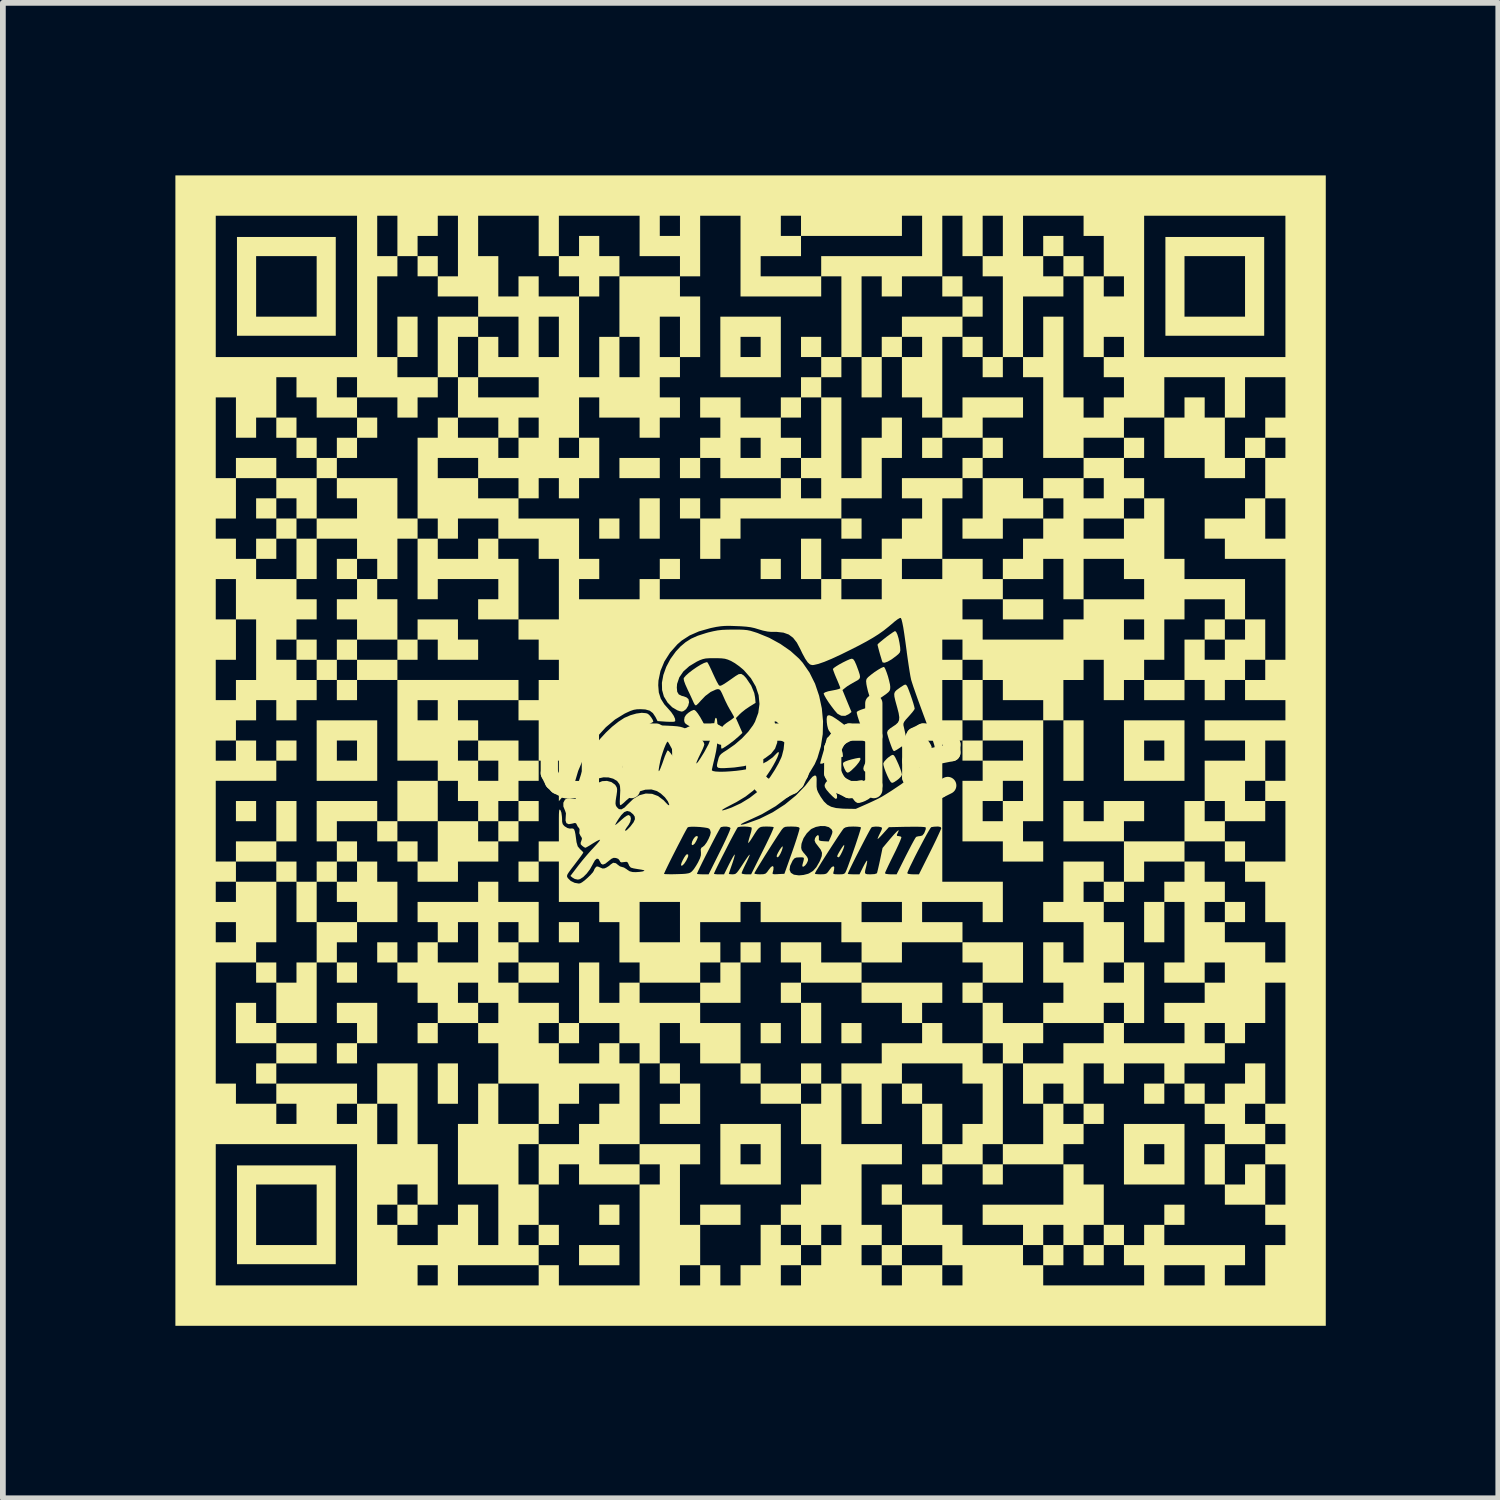
<source format=kicad_pcb>
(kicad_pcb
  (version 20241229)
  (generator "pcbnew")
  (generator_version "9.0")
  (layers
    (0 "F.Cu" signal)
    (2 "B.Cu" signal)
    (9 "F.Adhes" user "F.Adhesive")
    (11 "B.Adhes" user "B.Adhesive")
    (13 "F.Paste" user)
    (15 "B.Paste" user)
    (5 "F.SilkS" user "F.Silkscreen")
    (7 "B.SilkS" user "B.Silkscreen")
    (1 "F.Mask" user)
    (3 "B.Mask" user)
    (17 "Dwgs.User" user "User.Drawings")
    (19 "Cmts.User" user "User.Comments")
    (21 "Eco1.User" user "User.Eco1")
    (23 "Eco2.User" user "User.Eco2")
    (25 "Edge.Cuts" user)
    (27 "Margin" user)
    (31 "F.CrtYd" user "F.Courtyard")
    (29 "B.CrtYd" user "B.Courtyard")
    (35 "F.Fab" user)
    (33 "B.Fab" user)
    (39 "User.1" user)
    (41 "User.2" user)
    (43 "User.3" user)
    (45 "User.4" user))
  (footprint "qrcode"
    (layer "F.Cu")
    (at 10.003 10.003)
    (property "Reference" "qrcode" (at 0 0 0) (layer "F.SilkS") (effects (font (size 1.5 1.5) (thickness 0.3))))
    (attr board_only exclude_from_pos_files exclude_from_bom)
    (fp_poly (pts (xy -8.599 1.053) (xy -8.599 1.228) (xy -8.775 1.228) (xy -8.95 1.228) (xy -8.95 1.053) (xy -8.95 0.877) (xy -8.775 0.877) (xy -8.599 0.877)) (stroke (width 0) (type solid)) (fill yes) (layer "F.SilkS"))
    (fp_poly (pts (xy -7.897 -5.616) (xy -7.897 -5.44) (xy -8.073 -5.44) (xy -8.248 -5.44) (xy -8.248 -5.616) (xy -8.248 -5.791) (xy -8.073 -5.791) (xy -7.897 -5.791)) (stroke (width 0) (type solid)) (fill yes) (layer "F.SilkS"))
    (fp_poly (pts (xy -7.897 -0.000001) (xy -7.897 0.175) (xy -8.073 0.175) (xy -8.248 0.175) (xy -8.248 -0.000001) (xy -8.248 -0.175) (xy -8.073 -0.175) (xy -7.897 -0.175)) (stroke (width 0) (type solid)) (fill yes) (layer "F.SilkS"))
    (fp_poly (pts (xy -6.844 3.861) (xy -6.844 4.036) (xy -7.02 4.036) (xy -7.195 4.036) (xy -7.195 3.861) (xy -7.195 3.685) (xy -7.02 3.685) (xy -6.844 3.685)) (stroke (width 0) (type solid)) (fill yes) (layer "F.SilkS"))
    (fp_poly (pts (xy -5.791 -7.195) (xy -5.791 -6.844) (xy -5.967 -6.844) (xy -6.142 -6.844) (xy -6.142 -7.195) (xy -6.142 -7.546) (xy -5.967 -7.546) (xy -5.791 -7.546)) (stroke (width 0) (type solid)) (fill yes) (layer "F.SilkS"))
    (fp_poly (pts (xy -5.791 8.073) (xy -5.791 8.248) (xy -5.967 8.248) (xy -6.142 8.248) (xy -6.142 8.073) (xy -6.142 7.897) (xy -5.967 7.897) (xy -5.791 7.897)) (stroke (width 0) (type solid)) (fill yes) (layer "F.SilkS"))
    (fp_poly (pts (xy -5.44 -8.424) (xy -5.44 -8.248) (xy -5.616 -8.248) (xy -5.791 -8.248) (xy -5.791 -8.424) (xy -5.791 -8.599) (xy -5.616 -8.599) (xy -5.44 -8.599)) (stroke (width 0) (type solid)) (fill yes) (layer "F.SilkS"))
    (fp_poly (pts (xy -5.089 5.791) (xy -5.089 6.142) (xy -5.265 6.142) (xy -5.44 6.142) (xy -5.44 5.791) (xy -5.44 5.44) (xy -5.265 5.44) (xy -5.089 5.44)) (stroke (width 0) (type solid)) (fill yes) (layer "F.SilkS"))
    (fp_poly (pts (xy -3.685 2.106) (xy -3.685 2.281) (xy -3.861 2.281) (xy -4.036 2.281) (xy -4.036 2.106) (xy -4.036 1.93) (xy -3.861 1.93) (xy -3.685 1.93)) (stroke (width 0) (type solid)) (fill yes) (layer "F.SilkS"))
    (fp_poly (pts (xy -3.334 8.424) (xy -3.334 8.599) (xy -3.51 8.599) (xy -3.685 8.599) (xy -3.685 8.424) (xy -3.685 8.248) (xy -3.51 8.248) (xy -3.334 8.248)) (stroke (width 0) (type solid)) (fill yes) (layer "F.SilkS"))
    (fp_poly (pts (xy -2.983 3.159) (xy -2.983 3.334) (xy -3.159 3.334) (xy -3.334 3.334) (xy -3.334 3.159) (xy -3.334 2.983) (xy -3.159 2.983) (xy -2.983 2.983)) (stroke (width 0) (type solid)) (fill yes) (layer "F.SilkS"))
    (fp_poly (pts (xy -2.281 -3.861) (xy -2.281 -3.685) (xy -2.457 -3.685) (xy -2.632 -3.685) (xy -2.632 -3.861) (xy -2.632 -4.036) (xy -2.457 -4.036) (xy -2.281 -4.036)) (stroke (width 0) (type solid)) (fill yes) (layer "F.SilkS"))
    (fp_poly (pts (xy -2.281 8.073) (xy -2.281 8.248) (xy -2.457 8.248) (xy -2.632 8.248) (xy -2.632 8.073) (xy -2.632 7.897) (xy -2.457 7.897) (xy -2.281 7.897)) (stroke (width 0) (type solid)) (fill yes) (layer "F.SilkS"))
    (fp_poly (pts (xy -2.281 8.775) (xy -2.281 8.95) (xy -2.632 8.95) (xy -2.983 8.95) (xy -2.983 8.775) (xy -2.983 8.599) (xy -2.632 8.599) (xy -2.281 8.599)) (stroke (width 0) (type solid)) (fill yes) (layer "F.SilkS"))
    (fp_poly (pts (xy -1.579 -4.914) (xy -1.579 -4.738) (xy -1.93 -4.738) (xy -2.281 -4.738) (xy -2.281 -4.914) (xy -2.281 -5.089) (xy -1.93 -5.089) (xy -1.579 -5.089)) (stroke (width 0) (type solid)) (fill yes) (layer "F.SilkS"))
    (fp_poly (pts (xy -1.579 -4.036) (xy -1.579 -3.685) (xy -1.755 -3.685) (xy -1.93 -3.685) (xy -1.93 -4.036) (xy -1.93 -4.387) (xy -1.755 -4.387) (xy -1.579 -4.387)) (stroke (width 0) (type solid)) (fill yes) (layer "F.SilkS"))
    (fp_poly (pts (xy -1.228 -3.159) (xy -1.228 -2.983) (xy -1.404 -2.983) (xy -1.579 -2.983) (xy -1.579 -3.159) (xy -1.579 -3.334) (xy -1.404 -3.334) (xy -1.228 -3.334)) (stroke (width 0) (type solid)) (fill yes) (layer "F.SilkS"))
    (fp_poly (pts (xy -1.228 5.616) (xy -1.228 5.791) (xy -1.404 5.791) (xy -1.579 5.791) (xy -1.579 5.616) (xy -1.579 5.44) (xy -1.404 5.44) (xy -1.228 5.44)) (stroke (width 0) (type solid)) (fill yes) (layer "F.SilkS"))
    (fp_poly (pts (xy -0.175 8.073) (xy -0.175 8.248) (xy -0.526 8.248) (xy -0.877 8.248) (xy -0.877 8.073) (xy -0.877 7.897) (xy -0.526 7.897) (xy -0.175 7.897)) (stroke (width 0) (type solid)) (fill yes) (layer "F.SilkS"))
    (fp_poly (pts (xy 0.526 -3.159) (xy 0.526 -2.983) (xy 0.351 -2.983) (xy 0.175 -2.983) (xy 0.175 -3.159) (xy 0.175 -3.334) (xy 0.351 -3.334) (xy 0.526 -3.334)) (stroke (width 0) (type solid)) (fill yes) (layer "F.SilkS"))
    (fp_poly (pts (xy 0.526 4.914) (xy 0.526 5.089) (xy 0.351 5.089) (xy 0.175 5.089) (xy 0.175 4.914) (xy 0.175 4.738) (xy 0.351 4.738) (xy 0.526 4.738)) (stroke (width 0) (type solid)) (fill yes) (layer "F.SilkS"))
    (fp_poly (pts (xy 1.228 -7.02) (xy 1.228 -6.844) (xy 1.053 -6.844) (xy 0.877 -6.844) (xy 0.877 -7.02) (xy 0.877 -7.195) (xy 1.053 -7.195) (xy 1.228 -7.195)) (stroke (width 0) (type solid)) (fill yes) (layer "F.SilkS"))
    (fp_poly (pts (xy 1.228 -3.334) (xy 1.228 -2.983) (xy 1.053 -2.983) (xy 0.877 -2.983) (xy 0.877 -3.334) (xy 0.877 -3.685) (xy 1.053 -3.685) (xy 1.228 -3.685)) (stroke (width 0) (type solid)) (fill yes) (layer "F.SilkS"))
    (fp_poly (pts (xy 1.228 4.738) (xy 1.228 5.089) (xy 1.053 5.089) (xy 0.877 5.089) (xy 0.877 4.738) (xy 0.877 4.387) (xy 1.053 4.387) (xy 1.228 4.387)) (stroke (width 0) (type solid)) (fill yes) (layer "F.SilkS"))
    (fp_poly (pts (xy 1.93 -3.861) (xy 1.93 -3.685) (xy 1.755 -3.685) (xy 1.579 -3.685) (xy 1.579 -3.861) (xy 1.579 -4.036) (xy 1.755 -4.036) (xy 1.93 -4.036)) (stroke (width 0) (type solid)) (fill yes) (layer "F.SilkS"))
    (fp_poly (pts (xy 1.93 4.914) (xy 1.93 5.089) (xy 1.755 5.089) (xy 1.579 5.089) (xy 1.579 4.914) (xy 1.579 4.738) (xy 1.755 4.738) (xy 1.93 4.738)) (stroke (width 0) (type solid)) (fill yes) (layer "F.SilkS"))
    (fp_poly (pts (xy 2.632 7.722) (xy 2.632 7.897) (xy 2.457 7.897) (xy 2.281 7.897) (xy 2.281 7.722) (xy 2.281 7.546) (xy 2.457 7.546) (xy 2.632 7.546)) (stroke (width 0) (type solid)) (fill yes) (layer "F.SilkS"))
    (fp_poly (pts (xy 2.632 8.775) (xy 2.632 8.95) (xy 2.457 8.95) (xy 2.281 8.95) (xy 2.281 8.775) (xy 2.281 8.599) (xy 2.457 8.599) (xy 2.632 8.599)) (stroke (width 0) (type solid)) (fill yes) (layer "F.SilkS"))
    (fp_poly (pts (xy 2.983 5.967) (xy 2.983 6.142) (xy 2.808 6.142) (xy 2.632 6.142) (xy 2.632 5.967) (xy 2.632 5.791) (xy 2.808 5.791) (xy 2.983 5.791)) (stroke (width 0) (type solid)) (fill yes) (layer "F.SilkS"))
    (fp_poly (pts (xy 3.685 -8.073) (xy 3.685 -7.897) (xy 3.51 -7.897) (xy 3.334 -7.897) (xy 3.334 -8.073) (xy 3.334 -8.248) (xy 3.51 -8.248) (xy 3.685 -8.248)) (stroke (width 0) (type solid)) (fill yes) (layer "F.SilkS"))
    (fp_poly (pts (xy 4.036 -7.02) (xy 4.036 -6.844) (xy 3.861 -6.844) (xy 3.685 -6.844) (xy 3.685 -7.02) (xy 3.685 -7.195) (xy 3.861 -7.195) (xy 4.036 -7.195)) (stroke (width 0) (type solid)) (fill yes) (layer "F.SilkS"))
    (fp_poly (pts (xy 4.036 -0.877) (xy 4.036 -0.526) (xy 3.861 -0.526) (xy 3.685 -0.526) (xy 3.685 -0.877) (xy 3.685 -1.228) (xy 3.861 -1.228) (xy 4.036 -1.228)) (stroke (width 0) (type solid)) (fill yes) (layer "F.SilkS"))
    (fp_poly (pts (xy 4.387 -6.669) (xy 4.387 -6.493) (xy 4.212 -6.493) (xy 4.036 -6.493) (xy 4.036 -6.669) (xy 4.036 -6.844) (xy 4.212 -6.844) (xy 4.387 -6.844)) (stroke (width 0) (type solid)) (fill yes) (layer "F.SilkS"))
    (fp_poly (pts (xy 5.089 -2.457) (xy 5.089 -2.281) (xy 4.738 -2.281) (xy 4.387 -2.281) (xy 4.387 -2.457) (xy 4.387 -2.632) (xy 4.738 -2.632) (xy 5.089 -2.632)) (stroke (width 0) (type solid)) (fill yes) (layer "F.SilkS"))
    (fp_poly (pts (xy 5.44 -8.775) (xy 5.44 -8.599) (xy 5.265 -8.599) (xy 5.089 -8.599) (xy 5.089 -8.775) (xy 5.089 -8.95) (xy 5.265 -8.95) (xy 5.44 -8.95)) (stroke (width 0) (type solid)) (fill yes) (layer "F.SilkS"))
    (fp_poly (pts (xy 5.791 -8.424) (xy 5.791 -8.248) (xy 5.616 -8.248) (xy 5.44 -8.248) (xy 5.44 -8.424) (xy 5.44 -8.599) (xy 5.616 -8.599) (xy 5.791 -8.599)) (stroke (width 0) (type solid)) (fill yes) (layer "F.SilkS"))
    (fp_poly (pts (xy 5.791 -0.000001) (xy 5.791 0.526) (xy 5.616 0.526) (xy 5.44 0.526) (xy 5.44 -0.000001) (xy 5.44 -0.526) (xy 5.616 -0.526) (xy 5.791 -0.526)) (stroke (width 0) (type solid)) (fill yes) (layer "F.SilkS"))
    (fp_poly (pts (xy 6.844 -5.265) (xy 6.844 -5.089) (xy 6.669 -5.089) (xy 6.493 -5.089) (xy 6.493 -5.265) (xy 6.493 -5.44) (xy 6.669 -5.44) (xy 6.844 -5.44)) (stroke (width 0) (type solid)) (fill yes) (layer "F.SilkS"))
    (fp_poly (pts (xy 7.195 2.983) (xy 7.195 3.334) (xy 7.02 3.334) (xy 6.844 3.334) (xy 6.844 2.983) (xy 6.844 2.632) (xy 7.02 2.632) (xy 7.195 2.632)) (stroke (width 0) (type solid)) (fill yes) (layer "F.SilkS"))
    (fp_poly (pts (xy 7.195 5.967) (xy 7.195 6.142) (xy 7.02 6.142) (xy 6.844 6.142) (xy 6.844 5.967) (xy 6.844 5.791) (xy 7.02 5.791) (xy 7.195 5.791)) (stroke (width 0) (type solid)) (fill yes) (layer "F.SilkS"))
    (fp_poly (pts (xy 7.546 8.073) (xy 7.546 8.248) (xy 7.371 8.248) (xy 7.195 8.248) (xy 7.195 8.073) (xy 7.195 7.897) (xy 7.371 7.897) (xy 7.546 7.897)) (stroke (width 0) (type solid)) (fill yes) (layer "F.SilkS"))
    (fp_poly (pts (xy 8.599 1.755) (xy 8.599 1.93) (xy 8.424 1.93) (xy 8.248 1.93) (xy 8.248 1.755) (xy 8.248 1.579) (xy 8.424 1.579) (xy 8.599 1.579)) (stroke (width 0) (type solid)) (fill yes) (layer "F.SilkS"))
    (fp_poly (pts (xy 8.599 2.808) (xy 8.599 2.983) (xy 8.424 2.983) (xy 8.248 2.983) (xy 8.248 2.808) (xy 8.248 2.632) (xy 8.424 2.632) (xy 8.599 2.632)) (stroke (width 0) (type solid)) (fill yes) (layer "F.SilkS"))
    (fp_poly (pts (xy -4.738 -7.371) (xy -4.738 -7.195) (xy -4.914 -7.195) (xy -5.089 -7.195) (xy -5.089 -6.844) (xy -5.089 -6.493) (xy -5.265 -6.493) (xy -5.44 -6.493) (xy -5.44 -7.02) (xy -5.44 -7.546) (xy -5.089 -7.546) (xy -4.738 -7.546)) (stroke (width 0) (type solid)) (fill yes) (layer "F.SilkS"))
    (fp_poly (pts (xy -0.921 1.49) (xy -0.917 1.506) (xy -0.93 1.541) (xy -0.944 1.571) (xy -0.97 1.615) (xy -0.998 1.64) (xy -1.018 1.644) (xy -1.025 1.624) (xy -1.016 1.582) (xy -0.993 1.536) (xy -0.965 1.5) (xy -0.942 1.487)) (stroke (width 0) (type solid)) (fill yes) (layer "F.SilkS"))
    (fp_poly (pts (xy -0.877 6.142) (xy -0.877 6.493) (xy -1.228 6.493) (xy -1.579 6.493) (xy -1.579 6.318) (xy -1.579 6.142) (xy -1.404 6.142) (xy -1.228 6.142) (xy -1.228 5.967) (xy -1.228 5.791) (xy -1.053 5.791) (xy -0.877 5.791)) (stroke (width 0) (type solid)) (fill yes) (layer "F.SilkS"))
    (fp_poly (pts (xy -1.084 1.812) (xy -1.087 1.846) (xy -1.115 1.906) (xy -1.123 1.92) (xy -1.155 1.968) (xy -1.184 1.997) (xy -1.204 2.003) (xy -1.21 1.988) (xy -1.201 1.953) (xy -1.18 1.906) (xy -1.153 1.857) (xy -1.126 1.818) (xy -1.106 1.801) (xy -1.105 1.801)) (stroke (width 0) (type solid)) (fill yes) (layer "F.SilkS"))
    (fp_poly (pts (xy 0.559 1.668) (xy 0.556 1.697) (xy 0.541 1.743) (xy 0.519 1.793) (xy 0.495 1.834) (xy 0.475 1.856) (xy 0.472 1.857) (xy 0.453 1.842) (xy 0.453 1.837) (xy 0.461 1.809) (xy 0.481 1.769) (xy 0.507 1.725) (xy 0.533 1.688) (xy 0.552 1.667)) (stroke (width 0) (type solid)) (fill yes) (layer "F.SilkS"))
    (fp_poly (pts (xy 1.628 1.663) (xy 1.615 1.706) (xy 1.593 1.758) (xy 1.568 1.808) (xy 1.545 1.845) (xy 1.531 1.857) (xy 1.508 1.846) (xy 1.506 1.838) (xy 1.514 1.814) (xy 1.536 1.773) (xy 1.564 1.726) (xy 1.593 1.681) (xy 1.617 1.649) (xy 1.628 1.64)) (stroke (width 0) (type solid)) (fill yes) (layer "F.SilkS"))
    (fp_poly (pts (xy -7.897 1.228) (xy -7.897 1.579) (xy -8.073 1.579) (xy -8.248 1.579) (xy -8.248 1.755) (xy -8.248 1.93) (xy -8.599 1.93) (xy -8.95 1.93) (xy -8.95 1.755) (xy -8.95 1.579) (xy -8.599 1.579) (xy -8.248 1.579) (xy -8.248 1.228) (xy -8.248 0.877) (xy -8.073 0.877) (xy -7.897 0.877)) (stroke (width 0) (type solid)) (fill yes) (layer "F.SilkS"))
    (fp_poly (pts (xy -7.546 5.265) (xy -7.546 5.44) (xy -7.897 5.44) (xy -8.248 5.44) (xy -8.248 5.616) (xy -8.248 5.791) (xy -8.424 5.791) (xy -8.599 5.791) (xy -8.599 5.616) (xy -8.599 5.44) (xy -8.424 5.44) (xy -8.248 5.44) (xy -8.248 5.265) (xy -8.248 5.089) (xy -7.897 5.089) (xy -7.546 5.089)) (stroke (width 0) (type solid)) (fill yes) (layer "F.SilkS"))
    (fp_poly (pts (xy 3.334 4.212) (xy 3.334 4.387) (xy 3.159 4.387) (xy 2.983 4.387) (xy 2.983 4.563) (xy 2.983 4.738) (xy 2.808 4.738) (xy 2.632 4.738) (xy 2.632 4.563) (xy 2.632 4.387) (xy 2.281 4.387) (xy 1.93 4.387) (xy 1.93 4.212) (xy 1.93 4.036) (xy 2.632 4.036) (xy 3.334 4.036)) (stroke (width 0) (type solid)) (fill yes) (layer "F.SilkS"))
    (fp_poly (pts (xy 4.387 -5.265) (xy 4.387 -5.089) (xy 4.212 -5.089) (xy 4.036 -5.089) (xy 4.036 -4.914) (xy 4.036 -4.738) (xy 3.861 -4.738) (xy 3.685 -4.738) (xy 3.685 -4.914) (xy 3.685 -5.089) (xy 3.861 -5.089) (xy 4.036 -5.089) (xy 4.036 -5.265) (xy 4.036 -5.44) (xy 4.212 -5.44) (xy 4.387 -5.44)) (stroke (width 0) (type solid)) (fill yes) (layer "F.SilkS"))
    (fp_poly (pts (xy -7.214 -8.073) (xy -7.214 -7.214) (xy -8.073 -7.214) (xy -8.932 -7.214) (xy -8.932 -8.073) (xy -8.599 -8.073) (xy -8.599 -7.546) (xy -8.073 -7.546) (xy -7.546 -7.546) (xy -7.546 -8.073) (xy -7.546 -8.599) (xy -8.073 -8.599) (xy -8.599 -8.599) (xy -8.599 -8.073) (xy -8.932 -8.073) (xy -8.932 -8.932) (xy -8.073 -8.932) (xy -7.214 -8.932)) (stroke (width 0) (type solid)) (fill yes) (layer "F.SilkS"))
    (fp_poly (pts (xy -7.214 8.073) (xy -7.214 8.932) (xy -8.073 8.932) (xy -8.932 8.932) (xy -8.932 8.073) (xy -8.599 8.073) (xy -8.599 8.599) (xy -8.073 8.599) (xy -7.546 8.599) (xy -7.546 8.073) (xy -7.546 7.546) (xy -8.073 7.546) (xy -8.599 7.546) (xy -8.599 8.073) (xy -8.932 8.073) (xy -8.932 7.214) (xy -8.073 7.214) (xy -7.214 7.214)) (stroke (width 0) (type solid)) (fill yes) (layer "F.SilkS"))
    (fp_poly (pts (xy -6.493 -0.000001) (xy -6.493 0.526) (xy -7.02 0.526) (xy -7.546 0.526) (xy -7.546 -0.000001) (xy -7.195 -0.000001) (xy -7.195 0.175) (xy -7.02 0.175) (xy -6.844 0.175) (xy -6.844 -0.000001) (xy -6.844 -0.175) (xy -7.02 -0.175) (xy -7.195 -0.175) (xy -7.195 -0.000001) (xy -7.546 -0.000001) (xy -7.546 -0.526) (xy -7.02 -0.526) (xy -6.493 -0.526)) (stroke (width 0) (type solid)) (fill yes) (layer "F.SilkS"))
    (fp_poly (pts (xy 0.526 -7.02) (xy 0.526 -6.493) (xy -0.000001 -6.493) (xy -0.526 -6.493) (xy -0.526 -7.02) (xy -0.175 -7.02) (xy -0.175 -6.844) (xy -0.000001 -6.844) (xy 0.175 -6.844) (xy 0.175 -7.02) (xy 0.175 -7.195) (xy -0.000001 -7.195) (xy -0.175 -7.195) (xy -0.175 -7.02) (xy -0.526 -7.02) (xy -0.526 -7.546) (xy -0.000001 -7.546) (xy 0.526 -7.546)) (stroke (width 0) (type solid)) (fill yes) (layer "F.SilkS"))
    (fp_poly (pts (xy 0.526 7.02) (xy 0.526 7.546) (xy -0.000001 7.546) (xy -0.526 7.546) (xy -0.526 7.02) (xy -0.175 7.02) (xy -0.175 7.195) (xy -0.000001 7.195) (xy 0.175 7.195) (xy 0.175 7.02) (xy 0.175 6.844) (xy -0.000001 6.844) (xy -0.175 6.844) (xy -0.175 7.02) (xy -0.526 7.02) (xy -0.526 6.493) (xy -0.000001 6.493) (xy 0.526 6.493)) (stroke (width 0) (type solid)) (fill yes) (layer "F.SilkS"))
    (fp_poly (pts (xy 7.546 -0.000001) (xy 7.546 0.526) (xy 7.02 0.526) (xy 6.493 0.526) (xy 6.493 -0.000001) (xy 6.844 -0.000001) (xy 6.844 0.175) (xy 7.02 0.175) (xy 7.195 0.175) (xy 7.195 -0.000001) (xy 7.195 -0.175) (xy 7.02 -0.175) (xy 6.844 -0.175) (xy 6.844 -0.000001) (xy 6.493 -0.000001) (xy 6.493 -0.526) (xy 7.02 -0.526) (xy 7.546 -0.526)) (stroke (width 0) (type solid)) (fill yes) (layer "F.SilkS"))
    (fp_poly (pts (xy 7.546 7.02) (xy 7.546 7.546) (xy 7.02 7.546) (xy 6.493 7.546) (xy 6.493 7.02) (xy 6.844 7.02) (xy 6.844 7.195) (xy 7.02 7.195) (xy 7.195 7.195) (xy 7.195 7.02) (xy 7.195 6.844) (xy 7.02 6.844) (xy 6.844 6.844) (xy 6.844 7.02) (xy 6.493 7.02) (xy 6.493 6.493) (xy 7.02 6.493) (xy 7.546 6.493)) (stroke (width 0) (type solid)) (fill yes) (layer "F.SilkS"))
    (fp_poly (pts (xy 8.932 -8.073) (xy 8.932 -7.214) (xy 8.073 -7.214) (xy 7.214 -7.214) (xy 7.214 -8.073) (xy 7.546 -8.073) (xy 7.546 -7.546) (xy 8.073 -7.546) (xy 8.599 -7.546) (xy 8.599 -8.073) (xy 8.599 -8.599) (xy 8.073 -8.599) (xy 7.546 -8.599) (xy 7.546 -8.073) (xy 7.214 -8.073) (xy 7.214 -8.932) (xy 8.073 -8.932) (xy 8.932 -8.932)) (stroke (width 0) (type solid)) (fill yes) (layer "F.SilkS"))
    (fp_poly (pts (xy -6.493 4.738) (xy -6.493 5.089) (xy -6.669 5.089) (xy -6.844 5.089) (xy -6.844 5.265) (xy -6.844 5.44) (xy -7.02 5.44) (xy -7.195 5.44) (xy -7.195 5.265) (xy -7.195 5.089) (xy -7.02 5.089) (xy -6.844 5.089) (xy -6.844 4.914) (xy -6.844 4.738) (xy -7.02 4.738) (xy -7.195 4.738) (xy -7.195 4.563) (xy -7.195 4.387) (xy -6.844 4.387) (xy -6.493 4.387)) (stroke (width 0) (type solid)) (fill yes) (layer "F.SilkS"))
    (fp_poly (pts (xy 1.376 0.554) (xy 1.386 0.563) (xy 1.426 0.61) (xy 1.461 0.667) (xy 1.488 0.726) (xy 1.503 0.78) (xy 1.504 0.821) (xy 1.489 0.84) (xy 1.484 0.841) (xy 1.462 0.828) (xy 1.423 0.794) (xy 1.377 0.747) (xy 1.373 0.744) (xy 1.32 0.682) (xy 1.292 0.636) (xy 1.287 0.599) (xy 1.303 0.563) (xy 1.31 0.553) (xy 1.329 0.531) (xy 1.347 0.531)) (stroke (width 0) (type solid)) (fill yes) (layer "F.SilkS"))
    (fp_poly (pts (xy 4.738 -4.563) (xy 4.738 -4.387) (xy 4.914 -4.387) (xy 5.089 -4.387) (xy 5.089 -4.212) (xy 5.089 -4.036) (xy 4.738 -4.036) (xy 4.387 -4.036) (xy 4.387 -3.861) (xy 4.387 -3.685) (xy 4.036 -3.685) (xy 3.685 -3.685) (xy 3.685 -3.861) (xy 3.685 -4.036) (xy 3.861 -4.036) (xy 4.036 -4.036) (xy 4.036 -4.387) (xy 4.036 -4.738) (xy 4.387 -4.738) (xy 4.738 -4.738)) (stroke (width 0) (type solid)) (fill yes) (layer "F.SilkS"))
    (fp_poly (pts (xy 4.738 3.685) (xy 4.738 4.036) (xy 4.387 4.036) (xy 4.036 4.036) (xy 4.036 4.212) (xy 4.036 4.387) (xy 3.861 4.387) (xy 3.685 4.387) (xy 3.685 4.212) (xy 3.685 4.036) (xy 3.861 4.036) (xy 4.036 4.036) (xy 4.036 3.861) (xy 4.036 3.685) (xy 3.861 3.685) (xy 3.685 3.685) (xy 3.685 3.51) (xy 3.685 3.334) (xy 4.212 3.334) (xy 4.738 3.334)) (stroke (width 0) (type solid)) (fill yes) (layer "F.SilkS"))
    (fp_poly (pts (xy 1.907 0.127) (xy 1.91 0.155) (xy 1.886 0.2) (xy 1.84 0.258) (xy 1.815 0.285) (xy 1.754 0.344) (xy 1.712 0.377) (xy 1.683 0.384) (xy 1.66 0.366) (xy 1.638 0.326) (xy 1.632 0.313) (xy 1.611 0.259) (xy 1.606 0.227) (xy 1.616 0.206) (xy 1.619 0.204) (xy 1.647 0.189) (xy 1.696 0.171) (xy 1.758 0.153) (xy 1.82 0.138) (xy 1.872 0.128) (xy 1.903 0.126)) (stroke (width 0) (type solid)) (fill yes) (layer "F.SilkS"))
    (fp_poly (pts (xy 2.13 0.061) (xy 2.161 0.098) (xy 2.189 0.144) (xy 2.206 0.187) (xy 2.207 0.199) (xy 2.193 0.227) (xy 2.156 0.266) (xy 2.105 0.308) (xy 2.049 0.346) (xy 2.028 0.358) (xy 1.995 0.369) (xy 1.974 0.353) (xy 1.968 0.342) (xy 1.961 0.316) (xy 1.967 0.281) (xy 1.988 0.228) (xy 2.013 0.176) (xy 2.047 0.115) (xy 2.078 0.069) (xy 2.101 0.047) (xy 2.105 0.046)) (stroke (width 0) (type solid)) (fill yes) (layer "F.SilkS"))
    (fp_poly (pts (xy -2.632 -8.775) (xy -2.632 -8.599) (xy -2.457 -8.599) (xy -2.281 -8.599) (xy -2.281 -8.424) (xy -2.281 -8.248) (xy -2.457 -8.248) (xy -2.632 -8.248) (xy -2.632 -8.073) (xy -2.632 -7.897) (xy -2.808 -7.897) (xy -2.983 -7.897) (xy -2.983 -8.073) (xy -2.983 -8.248) (xy -3.159 -8.248) (xy -3.334 -8.248) (xy -3.334 -8.424) (xy -3.334 -8.599) (xy -3.159 -8.599) (xy -2.983 -8.599) (xy -2.983 -8.775) (xy -2.983 -8.95) (xy -2.808 -8.95) (xy -2.632 -8.95)) (stroke (width 0) (type solid)) (fill yes) (layer "F.SilkS"))
    (fp_poly (pts (xy 0.175 5.616) (xy 0.175 5.791) (xy 0.526 5.791) (xy 0.877 5.791) (xy 0.877 5.616) (xy 0.877 5.44) (xy 1.053 5.44) (xy 1.228 5.44) (xy 1.228 5.616) (xy 1.228 5.791) (xy 1.053 5.791) (xy 0.877 5.791) (xy 0.877 5.967) (xy 0.877 6.142) (xy 0.526 6.142) (xy 0.175 6.142) (xy 0.175 5.967) (xy 0.175 5.791) (xy -0.000001 5.791) (xy -0.175 5.791) (xy -0.175 5.616) (xy -0.175 5.44) (xy -0.000001 5.44) (xy 0.175 5.44)) (stroke (width 0) (type solid)) (fill yes) (layer "F.SilkS"))
    (fp_poly (pts (xy 1.228 3.51) (xy 1.228 3.685) (xy 1.579 3.685) (xy 1.93 3.685) (xy 1.93 3.861) (xy 1.93 4.036) (xy 1.404 4.036) (xy 0.877 4.036) (xy 0.877 4.212) (xy 0.877 4.387) (xy 0.702 4.387) (xy 0.526 4.387) (xy 0.526 4.212) (xy 0.526 4.036) (xy 0.702 4.036) (xy 0.877 4.036) (xy 0.877 3.861) (xy 0.877 3.685) (xy 0.702 3.685) (xy 0.526 3.685) (xy 0.526 3.51) (xy 0.526 3.334) (xy 0.877 3.334) (xy 1.228 3.334)) (stroke (width 0) (type solid)) (fill yes) (layer "F.SilkS"))
    (fp_poly (pts (xy 3.037 -0.235) (xy 3.07 -0.198) (xy 3.104 -0.151) (xy 3.133 -0.103) (xy 3.149 -0.065) (xy 3.15 -0.058) (xy 3.135 -0.018) (xy 3.097 0.03) (xy 3.046 0.078) (xy 2.991 0.117) (xy 2.943 0.137) (xy 2.931 0.139) (xy 2.916 0.123) (xy 2.892 0.082) (xy 2.866 0.026) (xy 2.841 -0.035) (xy 2.823 -0.086) (xy 2.817 -0.112) (xy 2.832 -0.135) (xy 2.868 -0.168) (xy 2.917 -0.203) (xy 2.966 -0.232) (xy 3.005 -0.248) (xy 3.014 -0.249)) (stroke (width 0) (type solid)) (fill yes) (layer "F.SilkS"))
    (fp_poly (pts (xy 1.953 0.52) (xy 1.977 0.541) (xy 2.008 0.582) (xy 2.037 0.626) (xy 2.075 0.687) (xy 2.102 0.738) (xy 2.115 0.77) (xy 2.115 0.773) (xy 2.099 0.805) (xy 2.056 0.841) (xy 1.995 0.875) (xy 1.951 0.893) (xy 1.893 0.91) (xy 1.856 0.91) (xy 1.826 0.892) (xy 1.807 0.873) (xy 1.757 0.806) (xy 1.734 0.741) (xy 1.736 0.662) (xy 1.737 0.653) (xy 1.747 0.598) (xy 1.766 0.563) (xy 1.801 0.542) (xy 1.862 0.526) (xy 1.894 0.52) (xy 1.928 0.515)) (stroke (width 0) (type solid)) (fill yes) (layer "F.SilkS"))
    (fp_poly (pts (xy 2.489 0.081) (xy 2.494 0.085) (xy 2.515 0.117) (xy 2.542 0.173) (xy 2.573 0.241) (xy 2.601 0.311) (xy 2.622 0.372) (xy 2.632 0.413) (xy 2.632 0.417) (xy 2.618 0.449) (xy 2.581 0.488) (xy 2.556 0.508) (xy 2.504 0.544) (xy 2.472 0.56) (xy 2.451 0.558) (xy 2.433 0.54) (xy 2.408 0.5) (xy 2.379 0.44) (xy 2.35 0.372) (xy 2.326 0.306) (xy 2.311 0.251) (xy 2.308 0.221) (xy 2.327 0.188) (xy 2.366 0.145) (xy 2.393 0.121) (xy 2.44 0.087) (xy 2.469 0.074)) (stroke (width 0) (type solid)) (fill yes) (layer "F.SilkS"))
    (fp_poly (pts (xy -0.952 -0.688) (xy -0.916 -0.643) (xy -0.875 -0.58) (xy -0.833 -0.505) (xy -0.794 -0.428) (xy -0.763 -0.356) (xy -0.744 -0.298) (xy -0.74 -0.26) (xy -0.74 -0.26) (xy -0.752 -0.226) (xy -0.768 -0.216) (xy -0.795 -0.233) (xy -0.84 -0.276) (xy -0.84 -0.276) (xy -0.888 -0.317) (xy -0.955 -0.364) (xy -1.027 -0.406) (xy -1.028 -0.407) (xy -1.092 -0.441) (xy -1.13 -0.467) (xy -1.148 -0.491) (xy -1.154 -0.519) (xy -1.155 -0.535) (xy -1.147 -0.582) (xy -1.121 -0.622) (xy -1.085 -0.655) (xy -1.037 -0.688) (xy -0.994 -0.706) (xy -0.979 -0.707)) (stroke (width 0) (type solid)) (fill yes) (layer "F.SilkS"))
    (fp_poly (pts (xy 2.533 -2.061) (xy 2.554 -2.016) (xy 2.574 -1.95) (xy 2.59 -1.872) (xy 2.601 -1.796) (xy 2.604 -1.743) (xy 2.596 -1.708) (xy 2.571 -1.678) (xy 2.533 -1.646) (xy 2.454 -1.587) (xy 2.385 -1.547) (xy 2.332 -1.528) (xy 2.299 -1.532) (xy 2.294 -1.538) (xy 2.285 -1.561) (xy 2.271 -1.609) (xy 2.252 -1.671) (xy 2.234 -1.736) (xy 2.219 -1.793) (xy 2.209 -1.832) (xy 2.207 -1.842) (xy 2.221 -1.86) (xy 2.258 -1.892) (xy 2.309 -1.934) (xy 2.367 -1.98) (xy 2.425 -2.022) (xy 2.474 -2.056) (xy 2.507 -2.076) (xy 2.514 -2.078)) (stroke (width 0) (type solid)) (fill yes) (layer "F.SilkS"))
    (fp_poly (pts (xy 2.115 -0.755) (xy 2.131 -0.729) (xy 2.153 -0.678) (xy 2.179 -0.612) (xy 2.205 -0.54) (xy 2.228 -0.469) (xy 2.246 -0.41) (xy 2.255 -0.371) (xy 2.254 -0.362) (xy 2.231 -0.341) (xy 2.185 -0.311) (xy 2.129 -0.279) (xy 2.074 -0.251) (xy 2.032 -0.234) (xy 2.019 -0.231) (xy 1.999 -0.249) (xy 1.97 -0.301) (xy 1.934 -0.388) (xy 1.913 -0.442) (xy 1.884 -0.525) (xy 1.861 -0.596) (xy 1.848 -0.647) (xy 1.846 -0.672) (xy 1.846 -0.672) (xy 1.87 -0.689) (xy 1.916 -0.709) (xy 1.975 -0.729) (xy 2.035 -0.746) (xy 2.085 -0.756) (xy 2.113 -0.756)) (stroke (width 0) (type solid)) (fill yes) (layer "F.SilkS"))
    (fp_poly (pts (xy -5.44 -3.51) (xy -5.44 -3.334) (xy -5.089 -3.334) (xy -4.738 -3.334) (xy -4.738 -3.51) (xy -4.738 -3.685) (xy -4.563 -3.685) (xy -4.387 -3.685) (xy -4.387 -3.51) (xy -4.387 -3.334) (xy -4.212 -3.334) (xy -4.036 -3.334) (xy -4.036 -2.808) (xy -4.036 -2.281) (xy -4.387 -2.281) (xy -4.738 -2.281) (xy -4.738 -2.457) (xy -4.738 -2.632) (xy -4.563 -2.632) (xy -4.387 -2.632) (xy -4.387 -2.808) (xy -4.387 -2.983) (xy -4.914 -2.983) (xy -5.44 -2.983) (xy -5.44 -2.808) (xy -5.44 -2.632) (xy -5.616 -2.632) (xy -5.791 -2.632) (xy -5.791 -3.159) (xy -5.791 -3.685) (xy -5.616 -3.685) (xy -5.44 -3.685)) (stroke (width 0) (type solid)) (fill yes) (layer "F.SilkS"))
    (fp_poly (pts (xy 2.342 -1.421) (xy 2.365 -1.363) (xy 2.389 -1.292) (xy 2.409 -1.217) (xy 2.424 -1.151) (xy 2.429 -1.108) (xy 2.427 -1.071) (xy 2.419 -1.043) (xy 2.398 -1.017) (xy 2.358 -0.984) (xy 2.293 -0.938) (xy 2.291 -0.937) (xy 2.227 -0.894) (xy 2.172 -0.861) (xy 2.136 -0.843) (xy 2.127 -0.841) (xy 2.108 -0.857) (xy 2.084 -0.902) (xy 2.064 -0.956) (xy 2.041 -1.032) (xy 2.023 -1.109) (xy 2.014 -1.155) (xy 2.009 -1.21) (xy 2.017 -1.245) (xy 2.042 -1.275) (xy 2.044 -1.277) (xy 2.097 -1.321) (xy 2.157 -1.366) (xy 2.218 -1.406) (xy 2.271 -1.437) (xy 2.309 -1.453) (xy 2.323 -1.453)) (stroke (width 0) (type solid)) (fill yes) (layer "F.SilkS"))
    (fp_poly (pts (xy 7.897 -5.967) (xy 7.897 -5.791) (xy 8.073 -5.791) (xy 8.248 -5.791) (xy 8.248 -5.44) (xy 8.248 -5.089) (xy 8.424 -5.089) (xy 8.599 -5.089) (xy 8.599 -5.265) (xy 8.599 -5.44) (xy 8.775 -5.44) (xy 8.95 -5.44) (xy 8.95 -5.265) (xy 8.95 -5.089) (xy 8.775 -5.089) (xy 8.599 -5.089) (xy 8.599 -4.914) (xy 8.599 -4.738) (xy 8.248 -4.738) (xy 7.897 -4.738) (xy 7.897 -4.914) (xy 7.897 -5.089) (xy 7.546 -5.089) (xy 7.195 -5.089) (xy 7.195 -5.44) (xy 7.195 -5.791) (xy 7.371 -5.791) (xy 7.546 -5.791) (xy 7.546 -5.967) (xy 7.546 -6.142) (xy 7.722 -6.142) (xy 7.897 -6.142)) (stroke (width 0) (type solid)) (fill yes) (layer "F.SilkS"))
    (fp_poly (pts (xy -3.685 1.053) (xy -3.685 1.228) (xy -3.861 1.228) (xy -4.036 1.228) (xy -4.036 1.404) (xy -4.036 1.579) (xy -4.212 1.579) (xy -4.387 1.579) (xy -4.387 1.755) (xy -4.387 1.93) (xy -4.738 1.93) (xy -5.089 1.93) (xy -5.089 2.106) (xy -5.089 2.281) (xy -5.44 2.281) (xy -5.791 2.281) (xy -5.791 2.106) (xy -5.791 1.93) (xy -5.967 1.93) (xy -6.142 1.93) (xy -6.142 1.755) (xy -6.142 1.579) (xy -5.967 1.579) (xy -5.791 1.579) (xy -5.791 1.755) (xy -5.791 1.93) (xy -5.616 1.93) (xy -5.44 1.93) (xy -5.44 1.579) (xy -5.44 1.228) (xy -5.089 1.228) (xy -4.738 1.228) (xy -4.738 1.404) (xy -4.738 1.579) (xy -4.563 1.579) (xy -4.387 1.579) (xy -4.387 1.404) (xy -4.387 1.228) (xy -4.212 1.228) (xy -4.036 1.228) (xy -4.036 1.053) (xy -4.036 0.877) (xy -3.861 0.877) (xy -3.685 0.877)) (stroke (width 0) (type solid)) (fill yes) (layer "F.SilkS"))
    (fp_poly (pts (xy 8.248 -2.106) (xy 8.248 -1.93) (xy 8.424 -1.93) (xy 8.599 -1.93) (xy 8.599 -2.106) (xy 8.599 -2.281) (xy 8.775 -2.281) (xy 8.95 -2.281) (xy 8.95 -1.93) (xy 8.95 -1.579) (xy 8.775 -1.579) (xy 8.599 -1.579) (xy 8.599 -1.404) (xy 8.599 -1.228) (xy 8.424 -1.228) (xy 8.248 -1.228) (xy 8.248 -1.053) (xy 8.248 -0.877) (xy 8.073 -0.877) (xy 7.897 -0.877) (xy 7.897 -1.053) (xy 7.897 -1.228) (xy 7.722 -1.228) (xy 7.546 -1.228) (xy 7.546 -1.053) (xy 7.546 -0.877) (xy 7.195 -0.877) (xy 6.844 -0.877) (xy 6.844 -1.053) (xy 6.844 -1.228) (xy 7.195 -1.228) (xy 7.546 -1.228) (xy 7.546 -1.579) (xy 7.546 -1.755) (xy 7.897 -1.755) (xy 7.897 -1.579) (xy 8.073 -1.579) (xy 8.248 -1.579) (xy 8.248 -1.755) (xy 8.248 -1.93) (xy 8.073 -1.93) (xy 7.897 -1.93) (xy 7.897 -1.755) (xy 7.546 -1.755) (xy 7.546 -1.93) (xy 7.722 -1.93) (xy 7.897 -1.93) (xy 7.897 -2.106) (xy 7.897 -2.281) (xy 8.073 -2.281) (xy 8.248 -2.281)) (stroke (width 0) (type solid)) (fill yes) (layer "F.SilkS"))
    (fp_poly (pts (xy 1.786 -1.588) (xy 1.809 -1.556) (xy 1.837 -1.494) (xy 1.845 -1.473) (xy 1.878 -1.384) (xy 1.898 -1.321) (xy 1.904 -1.279) (xy 1.894 -1.251) (xy 1.868 -1.227) (xy 1.825 -1.203) (xy 1.807 -1.193) (xy 1.742 -1.156) (xy 1.682 -1.119) (xy 1.649 -1.094) (xy 1.598 -1.053) (xy 1.676 -0.862) (xy 1.755 -0.671) (xy 1.711 -0.636) (xy 1.646 -0.604) (xy 1.576 -0.606) (xy 1.513 -0.64) (xy 1.502 -0.651) (xy 1.455 -0.706) (xy 1.405 -0.772) (xy 1.356 -0.84) (xy 1.315 -0.904) (xy 1.285 -0.957) (xy 1.271 -0.99) (xy 1.272 -0.996) (xy 1.295 -1.013) (xy 1.35 -1.031) (xy 1.421 -1.045) (xy 1.488 -1.058) (xy 1.537 -1.071) (xy 1.56 -1.083) (xy 1.561 -1.085) (xy 1.554 -1.109) (xy 1.535 -1.157) (xy 1.508 -1.222) (xy 1.496 -1.249) (xy 1.467 -1.318) (xy 1.445 -1.376) (xy 1.433 -1.412) (xy 1.432 -1.419) (xy 1.448 -1.437) (xy 1.488 -1.465) (xy 1.545 -1.5) (xy 1.61 -1.535) (xy 1.673 -1.566) (xy 1.726 -1.589) (xy 1.761 -1.598) (xy 1.763 -1.598)) (stroke (width 0) (type solid)) (fill yes) (layer "F.SilkS"))
    (fp_poly (pts (xy 8.95 5.791) (xy 8.95 6.142) (xy 8.775 6.142) (xy 8.599 6.142) (xy 8.599 6.318) (xy 8.599 6.493) (xy 8.775 6.493) (xy 8.95 6.493) (xy 8.95 6.669) (xy 8.95 6.844) (xy 8.599 6.844) (xy 8.248 6.844) (xy 8.248 7.195) (xy 8.248 7.546) (xy 8.424 7.546) (xy 8.599 7.546) (xy 8.599 7.371) (xy 8.599 7.195) (xy 8.775 7.195) (xy 8.95 7.195) (xy 8.95 7.546) (xy 8.95 7.897) (xy 8.599 7.897) (xy 8.248 7.897) (xy 8.248 7.722) (xy 8.248 7.546) (xy 8.073 7.546) (xy 7.897 7.546) (xy 7.897 7.195) (xy 7.897 6.844) (xy 8.073 6.844) (xy 8.248 6.844) (xy 8.248 6.669) (xy 8.248 6.493) (xy 8.073 6.493) (xy 7.897 6.493) (xy 7.897 6.318) (xy 7.897 6.142) (xy 7.722 6.142) (xy 7.546 6.142) (xy 7.546 5.967) (xy 7.546 5.791) (xy 7.722 5.791) (xy 7.897 5.791) (xy 7.897 5.967) (xy 7.897 6.142) (xy 8.073 6.142) (xy 8.248 6.142) (xy 8.248 5.967) (xy 8.248 5.791) (xy 8.424 5.791) (xy 8.599 5.791) (xy 8.599 5.616) (xy 8.599 5.44) (xy 8.775 5.44) (xy 8.95 5.44)) (stroke (width 0) (type solid)) (fill yes) (layer "F.SilkS"))
    (fp_poly (pts (xy 2.704 -1.143) (xy 2.719 -1.125) (xy 2.734 -1.095) (xy 2.756 -1.039) (xy 2.782 -0.968) (xy 2.808 -0.892) (xy 2.831 -0.82) (xy 2.847 -0.762) (xy 2.854 -0.728) (xy 2.854 -0.727) (xy 2.842 -0.705) (xy 2.811 -0.664) (xy 2.766 -0.612) (xy 2.751 -0.595) (xy 2.699 -0.538) (xy 2.67 -0.499) (xy 2.658 -0.469) (xy 2.658 -0.44) (xy 2.661 -0.427) (xy 2.685 -0.322) (xy 2.7 -0.246) (xy 2.709 -0.195) (xy 2.71 -0.162) (xy 2.706 -0.141) (xy 2.704 -0.136) (xy 2.683 -0.114) (xy 2.642 -0.081) (xy 2.592 -0.046) (xy 2.543 -0.014) (xy 2.506 0.006) (xy 2.495 0.009) (xy 2.479 -0.003) (xy 2.478 -0.005) (xy 2.46 -0.042) (xy 2.438 -0.1) (xy 2.414 -0.168) (xy 2.393 -0.234) (xy 2.378 -0.288) (xy 2.374 -0.313) (xy 2.386 -0.348) (xy 2.426 -0.385) (xy 2.466 -0.412) (xy 2.524 -0.451) (xy 2.562 -0.487) (xy 2.582 -0.528) (xy 2.586 -0.58) (xy 2.575 -0.652) (xy 2.55 -0.749) (xy 2.542 -0.777) (xy 2.516 -0.872) (xy 2.501 -0.939) (xy 2.498 -0.986) (xy 2.51 -1.021) (xy 2.538 -1.051) (xy 2.583 -1.084) (xy 2.611 -1.104) (xy 2.659 -1.135) (xy 2.687 -1.148)) (stroke (width 0) (type solid)) (fill yes) (layer "F.SilkS"))
    (fp_poly (pts (xy 5.791 7.371) (xy 5.791 7.546) (xy 5.967 7.546) (xy 6.142 7.546) (xy 6.142 7.897) (xy 6.142 8.248) (xy 5.967 8.248) (xy 5.791 8.248) (xy 5.791 8.424) (xy 5.791 8.599) (xy 5.967 8.599) (xy 6.142 8.599) (xy 6.142 8.424) (xy 6.142 8.248) (xy 6.318 8.248) (xy 6.493 8.248) (xy 6.493 8.424) (xy 6.493 8.599) (xy 6.318 8.599) (xy 6.142 8.599) (xy 6.142 8.775) (xy 6.142 8.95) (xy 5.967 8.95) (xy 5.791 8.95) (xy 5.791 8.775) (xy 5.791 8.599) (xy 5.616 8.599) (xy 5.44 8.599) (xy 5.44 8.775) (xy 5.44 8.95) (xy 5.265 8.95) (xy 5.089 8.95) (xy 5.089 8.775) (xy 5.089 8.599) (xy 4.914 8.599) (xy 4.738 8.599) (xy 4.738 8.424) (xy 5.089 8.424) (xy 5.089 8.599) (xy 5.265 8.599) (xy 5.44 8.599) (xy 5.44 8.424) (xy 5.44 8.248) (xy 5.265 8.248) (xy 5.089 8.248) (xy 5.089 8.424) (xy 4.738 8.424) (xy 4.738 8.248) (xy 4.387 8.248) (xy 4.036 8.248) (xy 4.036 8.073) (xy 4.036 7.897) (xy 4.738 7.897) (xy 5.44 7.897) (xy 5.44 7.546) (xy 5.44 7.195) (xy 5.616 7.195) (xy 5.791 7.195)) (stroke (width 0) (type solid)) (fill yes) (layer "F.SilkS"))
    (fp_poly (pts (xy -6.493 -5.616) (xy -6.493 -5.44) (xy -6.669 -5.44) (xy -6.844 -5.44) (xy -6.844 -5.265) (xy -6.844 -5.089) (xy -7.02 -5.089) (xy -7.195 -5.089) (xy -7.195 -4.914) (xy -7.195 -4.738) (xy -7.371 -4.738) (xy -7.546 -4.738) (xy -7.546 -4.387) (xy -7.546 -4.036) (xy -7.722 -4.036) (xy -7.897 -4.036) (xy -7.897 -4.212) (xy -7.897 -4.387) (xy -8.073 -4.387) (xy -8.248 -4.387) (xy -8.248 -4.212) (xy -8.248 -4.036) (xy -8.424 -4.036) (xy -8.599 -4.036) (xy -8.599 -4.212) (xy -8.599 -4.387) (xy -8.424 -4.387) (xy -8.248 -4.387) (xy -8.248 -4.563) (xy -8.248 -4.738) (xy -8.599 -4.738) (xy -8.95 -4.738) (xy -8.95 -4.914) (xy -8.95 -5.089) (xy -8.599 -5.089) (xy -8.248 -5.089) (xy -8.248 -4.914) (xy -8.248 -4.738) (xy -7.897 -4.738) (xy -7.546 -4.738) (xy -7.546 -4.914) (xy -7.546 -5.089) (xy -7.722 -5.089) (xy -7.897 -5.089) (xy -7.897 -5.265) (xy -7.897 -5.44) (xy -7.722 -5.44) (xy -7.546 -5.44) (xy -7.546 -5.265) (xy -7.546 -5.089) (xy -7.371 -5.089) (xy -7.195 -5.089) (xy -7.195 -5.265) (xy -7.195 -5.44) (xy -7.02 -5.44) (xy -6.844 -5.44) (xy -6.844 -5.616) (xy -6.844 -5.791) (xy -6.669 -5.791) (xy -6.493 -5.791)) (stroke (width 0) (type solid)) (fill yes) (layer "F.SilkS"))
    (fp_poly (pts (xy 1.421 -0.594) (xy 1.486 -0.553) (xy 1.574 -0.49) (xy 1.685 -0.404) (xy 1.718 -0.378) (xy 1.793 -0.317) (xy 1.856 -0.264) (xy 1.903 -0.222) (xy 1.928 -0.196) (xy 1.93 -0.192) (xy 1.926 -0.182) (xy 1.911 -0.186) (xy 1.879 -0.207) (xy 1.826 -0.246) (xy 1.804 -0.262) (xy 1.738 -0.305) (xy 1.677 -0.322) (xy 1.651 -0.323) (xy 1.597 -0.318) (xy 1.539 -0.304) (xy 1.488 -0.285) (xy 1.456 -0.266) (xy 1.45 -0.256) (xy 1.459 -0.235) (xy 1.484 -0.192) (xy 1.519 -0.136) (xy 1.523 -0.131) (xy 1.56 -0.065) (xy 1.588 -0.002) (xy 1.601 0.044) (xy 1.607 0.106) (xy 1.481 0.141) (xy 1.408 0.163) (xy 1.343 0.186) (xy 1.302 0.204) (xy 1.248 0.226) (xy 1.217 0.229) (xy 1.21 0.22) (xy 1.215 0.198) (xy 1.228 0.15) (xy 1.247 0.084) (xy 1.255 0.058) (xy 1.278 -0.022) (xy 1.297 -0.097) (xy 1.31 -0.154) (xy 1.311 -0.162) (xy 1.328 -0.217) (xy 1.359 -0.246) (xy 1.369 -0.25) (xy 1.398 -0.267) (xy 1.401 -0.29) (xy 1.378 -0.327) (xy 1.363 -0.345) (xy 1.347 -0.38) (xy 1.333 -0.437) (xy 1.326 -0.488) (xy 1.323 -0.548) (xy 1.328 -0.59) (xy 1.344 -0.612) (xy 1.374 -0.613)) (stroke (width 0) (type solid)) (fill yes) (layer "F.SilkS"))
    (fp_poly (pts (xy 5.089 0.351) (xy 5.089 1.228) (xy 4.914 1.228) (xy 4.738 1.228) (xy 4.738 1.404) (xy 4.738 1.579) (xy 4.914 1.579) (xy 5.089 1.579) (xy 5.089 1.755) (xy 5.089 1.93) (xy 4.738 1.93) (xy 4.387 1.93) (xy 4.387 1.755) (xy 4.387 1.579) (xy 4.036 1.579) (xy 3.685 1.579) (xy 3.685 1.053) (xy 3.685 0.877) (xy 4.036 0.877) (xy 4.036 1.053) (xy 4.036 1.228) (xy 4.212 1.228) (xy 4.387 1.228) (xy 4.387 1.053) (xy 4.387 0.877) (xy 4.563 0.877) (xy 4.738 0.877) (xy 4.738 0.702) (xy 4.738 0.526) (xy 4.563 0.526) (xy 4.387 0.526) (xy 4.387 0.702) (xy 4.387 0.877) (xy 4.212 0.877) (xy 4.036 0.877) (xy 3.685 0.877) (xy 3.685 0.526) (xy 3.861 0.526) (xy 4.036 0.526) (xy 4.036 0.351) (xy 4.036 0.175) (xy 3.861 0.175) (xy 3.685 0.175) (xy 3.685 -0.000001) (xy 4.036 -0.000001) (xy 4.036 0.175) (xy 4.387 0.175) (xy 4.738 0.175) (xy 4.738 -0.000001) (xy 4.738 -0.175) (xy 4.387 -0.175) (xy 4.036 -0.175) (xy 4.036 -0.000001) (xy 3.685 -0.000001) (xy 3.685 -0.175) (xy 3.861 -0.175) (xy 4.036 -0.175) (xy 4.036 -0.351) (xy 4.036 -0.526) (xy 4.563 -0.526) (xy 5.089 -0.526)) (stroke (width 0) (type solid)) (fill yes) (layer "F.SilkS"))
    (fp_poly (pts (xy 4.036 -7.722) (xy 4.036 -7.546) (xy 3.861 -7.546) (xy 3.685 -7.546) (xy 3.685 -7.371) (xy 3.685 -7.195) (xy 3.51 -7.195) (xy 3.334 -7.195) (xy 3.334 -6.493) (xy 3.334 -5.791) (xy 3.51 -5.791) (xy 3.685 -5.791) (xy 3.685 -5.967) (xy 3.685 -6.142) (xy 4.212 -6.142) (xy 4.738 -6.142) (xy 4.738 -5.967) (xy 4.738 -5.791) (xy 4.387 -5.791) (xy 4.036 -5.791) (xy 4.036 -5.616) (xy 4.036 -5.44) (xy 3.685 -5.44) (xy 3.334 -5.44) (xy 3.334 -5.265) (xy 3.334 -5.089) (xy 3.159 -5.089) (xy 2.983 -5.089) (xy 2.983 -5.265) (xy 2.983 -5.44) (xy 3.159 -5.44) (xy 3.334 -5.44) (xy 3.334 -5.616) (xy 3.334 -5.791) (xy 3.159 -5.791) (xy 2.983 -5.791) (xy 2.983 -5.967) (xy 2.983 -6.142) (xy 2.808 -6.142) (xy 2.632 -6.142) (xy 2.632 -6.493) (xy 2.632 -6.844) (xy 2.457 -6.844) (xy 2.281 -6.844) (xy 2.281 -6.493) (xy 2.281 -6.142) (xy 2.106 -6.142) (xy 1.93 -6.142) (xy 1.93 -6.493) (xy 1.93 -6.844) (xy 2.106 -6.844) (xy 2.281 -6.844) (xy 2.281 -7.02) (xy 2.632 -7.02) (xy 2.632 -6.844) (xy 2.808 -6.844) (xy 2.983 -6.844) (xy 2.983 -7.02) (xy 2.983 -7.195) (xy 2.808 -7.195) (xy 2.632 -7.195) (xy 2.632 -7.02) (xy 2.281 -7.02) (xy 2.281 -7.195) (xy 2.457 -7.195) (xy 2.632 -7.195) (xy 2.632 -7.371) (xy 2.632 -7.546) (xy 3.159 -7.546) (xy 3.685 -7.546) (xy 3.685 -7.722) (xy 3.685 -7.897) (xy 3.861 -7.897) (xy 4.036 -7.897)) (stroke (width 0) (type solid)) (fill yes) (layer "F.SilkS"))
    (fp_poly (pts (xy -0.752 -1.536) (xy -0.739 -1.516) (xy -0.715 -1.47) (xy -0.684 -1.405) (xy -0.657 -1.345) (xy -0.621 -1.268) (xy -0.589 -1.202) (xy -0.563 -1.155) (xy -0.552 -1.138) (xy -0.541 -1.129) (xy -0.526 -1.127) (xy -0.503 -1.135) (xy -0.467 -1.155) (xy -0.413 -1.19) (xy -0.338 -1.242) (xy -0.26 -1.297) (xy -0.206 -1.329) (xy -0.162 -1.333) (xy -0.121 -1.308) (xy -0.077 -1.261) (xy 0.011 -1.13) (xy 0.064 -1.001) (xy 0.078 -0.925) (xy 0.087 -0.83) (xy -0.021 -0.763) (xy -0.089 -0.717) (xy -0.153 -0.666) (xy -0.192 -0.63) (xy -0.255 -0.565) (xy -0.198 -0.436) (xy -0.142 -0.307) (xy -0.219 -0.236) (xy -0.293 -0.173) (xy -0.382 -0.106) (xy -0.468 -0.049) (xy -0.485 -0.039) (xy -0.507 -0.035) (xy -0.51 -0.04) (xy -0.512 -0.08) (xy -0.512 -0.141) (xy -0.509 -0.215) (xy -0.504 -0.29) (xy -0.498 -0.356) (xy -0.492 -0.403) (xy -0.488 -0.418) (xy -0.465 -0.444) (xy -0.42 -0.48) (xy -0.379 -0.508) (xy -0.33 -0.541) (xy -0.296 -0.568) (xy -0.286 -0.579) (xy -0.295 -0.6) (xy -0.319 -0.643) (xy -0.351 -0.699) (xy -0.352 -0.699) (xy -0.396 -0.778) (xy -0.44 -0.867) (xy -0.464 -0.921) (xy -0.497 -0.995) (xy -0.521 -1.041) (xy -0.543 -1.064) (xy -0.568 -1.069) (xy -0.602 -1.062) (xy -0.604 -1.061) (xy -0.694 -1.02) (xy -0.787 -0.95) (xy -0.865 -0.869) (xy -0.905 -0.824) (xy -0.938 -0.793) (xy -0.953 -0.785) (xy -0.972 -0.8) (xy -0.991 -0.836) (xy -1.008 -0.874) (xy -1.036 -0.936) (xy -1.071 -1.011) (xy -1.095 -1.061) (xy -1.135 -1.15) (xy -1.157 -1.211) (xy -1.164 -1.249) (xy -1.16 -1.264) (xy -1.126 -1.304) (xy -1.073 -1.352) (xy -1.008 -1.402) (xy -0.937 -1.451) (xy -0.869 -1.493) (xy -0.81 -1.523) (xy -0.767 -1.537)) (stroke (width 0) (type solid)) (fill yes) (layer "F.SilkS"))
    (fp_poly (pts (xy -6.844 1.755) (xy -6.844 1.93) (xy -7.02 1.93) (xy -7.195 1.93) (xy -7.195 2.106) (xy -7.195 2.281) (xy -7.371 2.281) (xy -7.546 2.281) (xy -7.546 2.632) (xy -7.546 2.983) (xy -7.195 2.983) (xy -6.844 2.983) (xy -6.844 2.808) (xy -6.844 2.632) (xy -7.02 2.632) (xy -7.195 2.632) (xy -7.195 2.457) (xy -7.195 2.281) (xy -7.02 2.281) (xy -6.844 2.281) (xy -6.844 2.106) (xy -6.844 1.93) (xy -6.669 1.93) (xy -6.493 1.93) (xy -6.493 2.106) (xy -6.493 2.281) (xy -6.318 2.281) (xy -6.142 2.281) (xy -6.142 2.632) (xy -6.142 2.983) (xy -6.493 2.983) (xy -6.844 2.983) (xy -6.844 3.159) (xy -6.844 3.334) (xy -7.02 3.334) (xy -7.195 3.334) (xy -7.195 3.51) (xy -7.195 3.685) (xy -7.371 3.685) (xy -7.546 3.685) (xy -7.546 4.212) (xy -7.546 4.738) (xy -7.897 4.738) (xy -8.248 4.738) (xy -8.248 4.914) (xy -8.248 5.089) (xy -8.599 5.089) (xy -8.95 5.089) (xy -8.95 4.738) (xy -8.95 4.387) (xy -8.775 4.387) (xy -8.599 4.387) (xy -8.599 4.563) (xy -8.599 4.738) (xy -8.424 4.738) (xy -8.248 4.738) (xy -8.248 4.387) (xy -8.248 4.036) (xy -8.424 4.036) (xy -8.599 4.036) (xy -8.599 3.861) (xy -8.599 3.685) (xy -8.424 3.685) (xy -8.248 3.685) (xy -8.248 3.861) (xy -8.248 4.036) (xy -8.073 4.036) (xy -7.897 4.036) (xy -7.897 3.861) (xy -7.897 3.685) (xy -7.722 3.685) (xy -7.546 3.685) (xy -7.546 3.334) (xy -7.546 2.983) (xy -7.722 2.983) (xy -7.897 2.983) (xy -7.897 2.632) (xy -7.897 2.281) (xy -8.073 2.281) (xy -8.248 2.281) (xy -8.248 2.106) (xy -8.248 1.93) (xy -8.073 1.93) (xy -7.897 1.93) (xy -7.897 2.106) (xy -7.897 2.281) (xy -7.722 2.281) (xy -7.546 2.281) (xy -7.546 2.106) (xy -7.546 1.93) (xy -7.371 1.93) (xy -7.195 1.93) (xy -7.195 1.755) (xy -7.195 1.579) (xy -7.02 1.579) (xy -6.844 1.579)) (stroke (width 0) (type solid)) (fill yes) (layer "F.SilkS"))
    (fp_poly (pts (xy -4.036 -1.053) (xy -4.036 -0.877) (xy -4.563 -0.877) (xy -5.089 -0.877) (xy -5.089 -0.702) (xy -5.089 -0.526) (xy -4.914 -0.526) (xy -4.738 -0.526) (xy -4.738 -0.351) (xy -4.738 -0.175) (xy -4.914 -0.175) (xy -5.089 -0.175) (xy -5.089 -0.000001) (xy -5.089 0.175) (xy -4.914 0.175) (xy -4.738 0.175) (xy -4.738 -0.000001) (xy -4.738 -0.175) (xy -4.387 -0.175) (xy -4.036 -0.175) (xy -4.036 -0.000001) (xy -4.036 0.175) (xy -3.861 0.175) (xy -3.685 0.175) (xy -3.685 0.351) (xy -3.685 0.526) (xy -3.861 0.526) (xy -4.036 0.526) (xy -4.036 0.702) (xy -4.036 0.877) (xy -4.212 0.877) (xy -4.387 0.877) (xy -4.387 1.053) (xy -4.387 1.228) (xy -4.563 1.228) (xy -4.738 1.228) (xy -4.738 1.053) (xy -4.738 0.877) (xy -4.914 0.877) (xy -5.089 0.877) (xy -5.089 0.702) (xy -5.089 0.526) (xy -5.265 0.526) (xy -5.44 0.526) (xy -5.44 0.877) (xy -5.44 1.228) (xy -5.791 1.228) (xy -6.142 1.228) (xy -6.142 1.404) (xy -6.142 1.579) (xy -6.318 1.579) (xy -6.493 1.579) (xy -6.493 1.404) (xy -6.493 1.228) (xy -6.844 1.228) (xy -7.195 1.228) (xy -7.195 1.404) (xy -7.195 1.579) (xy -7.371 1.579) (xy -7.546 1.579) (xy -7.546 1.228) (xy -7.546 0.877) (xy -7.02 0.877) (xy -6.493 0.877) (xy -6.493 1.053) (xy -6.493 1.228) (xy -6.318 1.228) (xy -6.142 1.228) (xy -6.142 0.877) (xy -6.142 0.526) (xy -5.791 0.526) (xy -5.44 0.526) (xy -5.44 0.351) (xy -4.738 0.351) (xy -4.738 0.526) (xy -4.563 0.526) (xy -4.387 0.526) (xy -4.387 0.351) (xy -4.387 0.175) (xy -4.563 0.175) (xy -4.738 0.175) (xy -4.738 0.351) (xy -5.44 0.351) (xy -5.44 0.175) (xy -5.791 0.175) (xy -6.142 0.175) (xy -6.142 -0.526) (xy -6.142 -0.702) (xy -5.791 -0.702) (xy -5.791 -0.526) (xy -5.616 -0.526) (xy -5.44 -0.526) (xy -5.44 -0.702) (xy -5.44 -0.877) (xy -5.616 -0.877) (xy -5.791 -0.877) (xy -5.791 -0.702) (xy -6.142 -0.702) (xy -6.142 -1.228) (xy -5.089 -1.228) (xy -4.036 -1.228)) (stroke (width 0) (type solid)) (fill yes) (layer "F.SilkS"))
    (fp_poly (pts (xy 1.579 -6.669) (xy 1.579 -6.493) (xy 1.404 -6.493) (xy 1.228 -6.493) (xy 1.228 -6.318) (xy 1.228 -6.142) (xy 1.053 -6.142) (xy 0.877 -6.142) (xy 0.877 -5.967) (xy 0.877 -5.791) (xy 0.702 -5.791) (xy 0.526 -5.791) (xy 0.526 -5.616) (xy 0.526 -5.44) (xy 0.702 -5.44) (xy 0.877 -5.44) (xy 0.877 -5.265) (xy 0.877 -5.089) (xy 0.702 -5.089) (xy 0.526 -5.089) (xy 0.526 -4.914) (xy 0.526 -4.738) (xy 0.702 -4.738) (xy 0.877 -4.738) (xy 0.877 -4.914) (xy 0.877 -5.089) (xy 1.053 -5.089) (xy 1.228 -5.089) (xy 1.228 -5.616) (xy 1.228 -6.142) (xy 1.404 -6.142) (xy 1.579 -6.142) (xy 1.579 -5.44) (xy 1.579 -4.738) (xy 1.755 -4.738) (xy 1.93 -4.738) (xy 1.93 -5.089) (xy 1.93 -5.44) (xy 2.106 -5.44) (xy 2.281 -5.44) (xy 2.281 -5.616) (xy 2.281 -5.791) (xy 2.457 -5.791) (xy 2.632 -5.791) (xy 2.632 -5.44) (xy 2.632 -5.089) (xy 2.457 -5.089) (xy 2.281 -5.089) (xy 2.281 -4.738) (xy 2.281 -4.387) (xy 1.93 -4.387) (xy 1.579 -4.387) (xy 1.579 -4.212) (xy 1.579 -4.036) (xy 0.702 -4.036) (xy -0.175 -4.036) (xy -0.175 -3.861) (xy -0.175 -3.685) (xy -0.351 -3.685) (xy -0.526 -3.685) (xy -0.526 -3.51) (xy -0.526 -3.334) (xy -0.702 -3.334) (xy -0.877 -3.334) (xy -0.877 -3.685) (xy -0.877 -4.036) (xy -1.053 -4.036) (xy -1.228 -4.036) (xy -1.228 -4.212) (xy -1.228 -4.387) (xy -1.053 -4.387) (xy -0.877 -4.387) (xy -0.877 -4.212) (xy -0.877 -4.036) (xy -0.702 -4.036) (xy -0.526 -4.036) (xy -0.526 -4.212) (xy -0.526 -4.387) (xy -0.000001 -4.387) (xy 0.526 -4.387) (xy 0.526 -4.563) (xy 0.877 -4.563) (xy 0.877 -4.387) (xy 1.053 -4.387) (xy 1.228 -4.387) (xy 1.228 -4.563) (xy 1.228 -4.738) (xy 1.053 -4.738) (xy 0.877 -4.738) (xy 0.877 -4.563) (xy 0.526 -4.563) (xy 0.526 -4.738) (xy -0.000001 -4.738) (xy -0.526 -4.738) (xy -0.526 -4.914) (xy -0.526 -5.089) (xy -0.702 -5.089) (xy -0.877 -5.089) (xy -0.877 -4.914) (xy -0.877 -4.738) (xy -1.053 -4.738) (xy -1.228 -4.738) (xy -1.228 -4.914) (xy -1.228 -5.089) (xy -1.053 -5.089) (xy -0.877 -5.089) (xy -0.877 -5.265) (xy -0.175 -5.265) (xy -0.175 -5.089) (xy -0.000001 -5.089) (xy 0.175 -5.089) (xy 0.175 -5.265) (xy 0.175 -5.44) (xy -0.000001 -5.44) (xy -0.175 -5.44) (xy -0.175 -5.265) (xy -0.877 -5.265) (xy -0.877 -5.44) (xy -0.702 -5.44) (xy -0.526 -5.44) (xy -0.526 -5.616) (xy -0.526 -5.791) (xy -0.702 -5.791) (xy -0.877 -5.791) (xy -0.877 -5.967) (xy -0.877 -6.142) (xy -0.526 -6.142) (xy -0.175 -6.142) (xy -0.175 -5.967) (xy -0.175 -5.791) (xy 0.175 -5.791) (xy 0.526 -5.791) (xy 0.526 -5.967) (xy 0.526 -6.142) (xy 0.702 -6.142) (xy 0.877 -6.142) (xy 0.877 -6.318) (xy 0.877 -6.493) (xy 1.053 -6.493) (xy 1.228 -6.493) (xy 1.228 -6.669) (xy 1.228 -6.844) (xy 1.404 -6.844) (xy 1.579 -6.844)) (stroke (width 0) (type solid)) (fill yes) (layer "F.SilkS"))
    (fp_poly (pts (xy -6.142 -4.387) (xy -6.142 -4.036) (xy -5.967 -4.036) (xy -5.791 -4.036) (xy -5.791 -3.861) (xy -5.791 -3.685) (xy -5.967 -3.685) (xy -6.142 -3.685) (xy -6.142 -3.334) (xy -6.142 -2.983) (xy -6.318 -2.983) (xy -6.493 -2.983) (xy -6.493 -2.808) (xy -6.493 -2.632) (xy -6.318 -2.632) (xy -6.142 -2.632) (xy -6.142 -2.281) (xy -6.142 -1.93) (xy -5.967 -1.93) (xy -5.791 -1.93) (xy -5.791 -2.106) (xy -5.791 -2.281) (xy -5.44 -2.281) (xy -5.089 -2.281) (xy -5.089 -2.106) (xy -5.089 -1.93) (xy -4.914 -1.93) (xy -4.738 -1.93) (xy -4.738 -1.755) (xy -4.738 -1.579) (xy -5.089 -1.579) (xy -5.44 -1.579) (xy -5.44 -1.755) (xy -5.44 -1.93) (xy -5.616 -1.93) (xy -5.791 -1.93) (xy -5.791 -1.755) (xy -5.791 -1.579) (xy -5.967 -1.579) (xy -6.142 -1.579) (xy -6.142 -1.404) (xy -6.142 -1.228) (xy -6.493 -1.228) (xy -6.844 -1.228) (xy -6.844 -1.053) (xy -6.844 -0.877) (xy -7.02 -0.877) (xy -7.195 -0.877) (xy -7.195 -1.053) (xy -7.195 -1.228) (xy -7.371 -1.228) (xy -7.546 -1.228) (xy -7.546 -1.404) (xy -7.546 -1.579) (xy -7.722 -1.579) (xy -7.897 -1.579) (xy -7.897 -1.755) (xy -7.897 -1.93) (xy -7.722 -1.93) (xy -7.546 -1.93) (xy -7.546 -1.755) (xy -7.546 -1.579) (xy -7.371 -1.579) (xy -7.195 -1.579) (xy -7.195 -1.404) (xy -7.195 -1.228) (xy -7.02 -1.228) (xy -6.844 -1.228) (xy -6.844 -1.404) (xy -6.844 -1.579) (xy -6.493 -1.579) (xy -6.142 -1.579) (xy -6.142 -1.755) (xy -6.142 -1.93) (xy -6.493 -1.93) (xy -6.844 -1.93) (xy -6.844 -1.755) (xy -6.844 -1.579) (xy -7.02 -1.579) (xy -7.195 -1.579) (xy -7.195 -1.755) (xy -7.195 -1.93) (xy -7.02 -1.93) (xy -6.844 -1.93) (xy -6.844 -2.106) (xy -6.844 -2.281) (xy -7.02 -2.281) (xy -7.195 -2.281) (xy -7.195 -2.457) (xy -7.195 -2.632) (xy -7.02 -2.632) (xy -6.844 -2.632) (xy -6.844 -2.808) (xy -6.844 -2.983) (xy -7.02 -2.983) (xy -7.195 -2.983) (xy -7.195 -3.159) (xy -6.844 -3.159) (xy -6.844 -2.983) (xy -6.669 -2.983) (xy -6.493 -2.983) (xy -6.493 -3.159) (xy -6.493 -3.334) (xy -6.669 -3.334) (xy -6.844 -3.334) (xy -6.844 -3.159) (xy -7.195 -3.159) (xy -7.195 -3.334) (xy -7.02 -3.334) (xy -6.844 -3.334) (xy -6.844 -3.51) (xy -6.844 -3.685) (xy -7.195 -3.685) (xy -7.546 -3.685) (xy -7.546 -3.334) (xy -7.546 -2.983) (xy -7.722 -2.983) (xy -7.897 -2.983) (xy -7.897 -3.334) (xy -7.897 -3.685) (xy -8.073 -3.685) (xy -8.248 -3.685) (xy -8.248 -3.51) (xy -8.248 -3.334) (xy -8.424 -3.334) (xy -8.599 -3.334) (xy -8.599 -3.51) (xy -8.599 -3.685) (xy -8.424 -3.685) (xy -8.248 -3.685) (xy -8.248 -3.861) (xy -8.248 -4.036) (xy -8.073 -4.036) (xy -7.897 -4.036) (xy -7.897 -3.861) (xy -7.897 -3.685) (xy -7.722 -3.685) (xy -7.546 -3.685) (xy -7.546 -3.861) (xy -7.546 -4.036) (xy -7.195 -4.036) (xy -6.844 -4.036) (xy -6.844 -4.212) (xy -6.844 -4.387) (xy -7.02 -4.387) (xy -7.195 -4.387) (xy -7.195 -4.563) (xy -7.195 -4.738) (xy -6.669 -4.738) (xy -6.142 -4.738)) (stroke (width 0) (type solid)) (fill yes) (layer "F.SilkS"))
    (fp_poly (pts (xy 5.791 1.053) (xy 5.791 1.228) (xy 5.967 1.228) (xy 6.142 1.228) (xy 6.142 1.053) (xy 6.142 0.877) (xy 6.493 0.877) (xy 6.844 0.877) (xy 6.844 1.053) (xy 6.844 1.228) (xy 6.669 1.228) (xy 6.493 1.228) (xy 6.493 1.404) (xy 6.493 1.579) (xy 7.02 1.579) (xy 7.546 1.579) (xy 7.546 1.228) (xy 7.546 0.877) (xy 7.722 0.877) (xy 7.897 0.877) (xy 7.897 1.053) (xy 7.897 1.228) (xy 8.073 1.228) (xy 8.248 1.228) (xy 8.248 1.404) (xy 8.248 1.579) (xy 7.897 1.579) (xy 7.546 1.579) (xy 7.546 1.755) (xy 7.546 1.93) (xy 7.195 1.93) (xy 6.844 1.93) (xy 6.844 2.106) (xy 6.844 2.281) (xy 6.669 2.281) (xy 6.493 2.281) (xy 6.493 2.457) (xy 6.493 2.632) (xy 6.318 2.632) (xy 6.142 2.632) (xy 6.142 2.808) (xy 6.142 2.983) (xy 6.318 2.983) (xy 6.493 2.983) (xy 6.493 3.334) (xy 6.493 3.685) (xy 6.318 3.685) (xy 6.142 3.685) (xy 6.142 3.861) (xy 6.142 4.036) (xy 6.318 4.036) (xy 6.493 4.036) (xy 6.493 3.861) (xy 6.493 3.685) (xy 6.669 3.685) (xy 6.844 3.685) (xy 6.844 4.212) (xy 6.844 4.738) (xy 6.669 4.738) (xy 6.493 4.738) (xy 6.493 4.563) (xy 6.493 4.387) (xy 6.318 4.387) (xy 6.142 4.387) (xy 6.142 4.563) (xy 6.142 4.738) (xy 5.616 4.738) (xy 5.089 4.738) (xy 5.089 4.914) (xy 5.089 5.089) (xy 4.914 5.089) (xy 4.738 5.089) (xy 4.738 5.265) (xy 4.738 5.44) (xy 4.563 5.44) (xy 4.387 5.44) (xy 4.387 6.142) (xy 4.387 6.844) (xy 4.738 6.844) (xy 5.089 6.844) (xy 5.089 6.493) (xy 5.089 6.142) (xy 5.265 6.142) (xy 5.44 6.142) (xy 5.44 6.318) (xy 5.44 6.493) (xy 5.616 6.493) (xy 5.791 6.493) (xy 5.791 6.318) (xy 5.791 6.142) (xy 5.967 6.142) (xy 6.142 6.142) (xy 6.142 6.318) (xy 6.142 6.493) (xy 5.967 6.493) (xy 5.791 6.493) (xy 5.791 6.669) (xy 5.791 6.844) (xy 5.616 6.844) (xy 5.44 6.844) (xy 5.44 7.02) (xy 5.44 7.195) (xy 4.914 7.195) (xy 4.387 7.195) (xy 4.387 7.371) (xy 4.387 7.546) (xy 4.212 7.546) (xy 4.036 7.546) (xy 4.036 7.371) (xy 4.036 7.195) (xy 3.685 7.195) (xy 3.334 7.195) (xy 3.334 7.371) (xy 3.334 7.546) (xy 3.159 7.546) (xy 2.983 7.546) (xy 2.983 7.371) (xy 2.983 7.195) (xy 3.159 7.195) (xy 3.334 7.195) (xy 3.334 7.02) (xy 4.036 7.02) (xy 4.036 7.195) (xy 4.212 7.195) (xy 4.387 7.195) (xy 4.387 7.02) (xy 4.387 6.844) (xy 4.212 6.844) (xy 4.036 6.844) (xy 4.036 7.02) (xy 3.334 7.02) (xy 3.334 6.844) (xy 3.159 6.844) (xy 2.983 6.844) (xy 2.983 6.493) (xy 2.983 6.142) (xy 3.159 6.142) (xy 3.334 6.142) (xy 3.334 6.493) (xy 3.334 6.844) (xy 3.51 6.844) (xy 3.685 6.844) (xy 3.685 6.669) (xy 3.685 6.493) (xy 3.861 6.493) (xy 4.036 6.493) (xy 4.036 6.142) (xy 4.036 5.791) (xy 3.861 5.791) (xy 3.685 5.791) (xy 3.685 5.616) (xy 3.685 5.44) (xy 3.159 5.44) (xy 2.632 5.44) (xy 2.632 5.616) (xy 2.632 5.791) (xy 2.457 5.791) (xy 2.281 5.791) (xy 2.281 6.142) (xy 2.281 6.493) (xy 2.106 6.493) (xy 1.93 6.493) (xy 1.93 6.142) (xy 1.93 5.791) (xy 1.755 5.791) (xy 1.579 5.791) (xy 1.579 5.616) (xy 1.579 5.44) (xy 1.93 5.44) (xy 2.281 5.44) (xy 2.281 5.265) (xy 4.036 5.265) (xy 4.036 5.44) (xy 4.212 5.44) (xy 4.387 5.44) (xy 4.387 5.265) (xy 4.387 5.089) (xy 4.212 5.089) (xy 4.036 5.089) (xy 4.036 5.265) (xy 2.281 5.265) (xy 2.281 5.089) (xy 2.632 5.089) (xy 2.983 5.089) (xy 2.983 4.914) (xy 2.983 4.738) (xy 3.159 4.738) (xy 3.334 4.738) (xy 3.334 4.914) (xy 3.334 5.089) (xy 3.685 5.089) (xy 4.036 5.089) (xy 4.036 4.738) (xy 4.036 4.387) (xy 4.212 4.387) (xy 4.387 4.387) (xy 4.387 4.563) (xy 4.387 4.738) (xy 4.738 4.738) (xy 5.089 4.738) (xy 5.089 4.563) (xy 5.089 4.387) (xy 5.265 4.387) (xy 5.44 4.387) (xy 5.44 4.212) (xy 5.44 4.036) (xy 5.265 4.036) (xy 5.089 4.036) (xy 5.089 3.685) (xy 5.089 3.334) (xy 5.265 3.334) (xy 5.44 3.334) (xy 5.44 3.51) (xy 5.44 3.685) (xy 5.616 3.685) (xy 5.791 3.685) (xy 5.791 3.334) (xy 5.791 2.983) (xy 5.44 2.983) (xy 5.089 2.983) (xy 5.089 2.808) (xy 5.089 2.632) (xy 5.265 2.632) (xy 5.44 2.632) (xy 5.44 2.457) (xy 5.791 2.457) (xy 5.791 2.632) (xy 5.967 2.632) (xy 6.142 2.632) (xy 6.142 2.457) (xy 6.142 2.281) (xy 5.967 2.281) (xy 5.791 2.281) (xy 5.791 2.457) (xy 5.44 2.457) (xy 5.44 2.281) (xy 5.44 1.93) (xy 5.791 1.93) (xy 6.142 1.93) (xy 6.142 2.106) (xy 6.142 2.281) (xy 6.318 2.281) (xy 6.493 2.281) (xy 6.493 1.93) (xy 6.493 1.579) (xy 5.967 1.579) (xy 5.44 1.579) (xy 5.44 1.228) (xy 5.44 0.877) (xy 5.616 0.877) (xy 5.791 0.877)) (stroke (width 0) (type solid)) (fill yes) (layer "F.SilkS"))
    (fp_poly (pts (xy -4.387 2.457) (xy -4.387 2.632) (xy -4.036 2.632) (xy -3.685 2.632) (xy -3.685 2.983) (xy -3.685 3.334) (xy -3.861 3.334) (xy -4.036 3.334) (xy -4.036 3.51) (xy -4.036 3.685) (xy -4.212 3.685) (xy -4.387 3.685) (xy -4.387 3.861) (xy -4.387 4.036) (xy -4.212 4.036) (xy -4.036 4.036) (xy -4.036 3.861) (xy -4.036 3.685) (xy -3.685 3.685) (xy -3.334 3.685) (xy -3.334 3.861) (xy -3.334 4.036) (xy -3.685 4.036) (xy -4.036 4.036) (xy -4.036 4.212) (xy -4.036 4.387) (xy -3.685 4.387) (xy -3.334 4.387) (xy -3.334 4.563) (xy -3.334 4.738) (xy -3.159 4.738) (xy -2.983 4.738) (xy -2.983 4.212) (xy -2.983 3.685) (xy -2.808 3.685) (xy -2.632 3.685) (xy -2.632 4.036) (xy -2.632 4.387) (xy -2.457 4.387) (xy -2.281 4.387) (xy -2.281 4.212) (xy -2.281 4.036) (xy -2.106 4.036) (xy -1.93 4.036) (xy -1.93 4.212) (xy -1.93 4.387) (xy -1.404 4.387) (xy -0.877 4.387) (xy -0.877 4.212) (xy -0.877 4.036) (xy -0.702 4.036) (xy -0.526 4.036) (xy -0.526 3.861) (xy -0.526 3.685) (xy -0.351 3.685) (xy -0.175 3.685) (xy -0.175 3.51) (xy -0.175 3.334) (xy -0.000001 3.334) (xy 0.175 3.334) (xy 0.175 3.51) (xy 0.175 3.685) (xy -0.000001 3.685) (xy -0.175 3.685) (xy -0.175 4.036) (xy -0.175 4.387) (xy -0.526 4.387) (xy -0.877 4.387) (xy -0.877 4.563) (xy -0.877 4.738) (xy -0.526 4.738) (xy -0.175 4.738) (xy -0.175 5.089) (xy -0.175 5.44) (xy -0.526 5.44) (xy -0.877 5.44) (xy -0.877 5.265) (xy -0.877 5.089) (xy -1.053 5.089) (xy -1.228 5.089) (xy -1.228 4.914) (xy -1.228 4.738) (xy -1.404 4.738) (xy -1.579 4.738) (xy -1.579 5.089) (xy -1.579 5.44) (xy -1.755 5.44) (xy -1.93 5.44) (xy -1.93 6.142) (xy -1.93 6.844) (xy -2.281 6.844) (xy -2.632 6.844) (xy -2.632 7.02) (xy -2.632 7.195) (xy -2.281 7.195) (xy -1.93 7.195) (xy -1.93 7.371) (xy -1.93 7.546) (xy -2.457 7.546) (xy -2.983 7.546) (xy -2.983 7.371) (xy -2.983 7.195) (xy -3.159 7.195) (xy -3.334 7.195) (xy -3.334 7.371) (xy -3.334 7.546) (xy -3.51 7.546) (xy -3.685 7.546) (xy -3.685 7.195) (xy -3.685 6.844) (xy -3.334 6.844) (xy -2.983 6.844) (xy -2.983 6.669) (xy -2.983 6.493) (xy -2.808 6.493) (xy -2.632 6.493) (xy -2.632 6.318) (xy -2.632 6.142) (xy -2.457 6.142) (xy -2.281 6.142) (xy -2.281 5.967) (xy -2.281 5.791) (xy -2.632 5.791) (xy -2.983 5.791) (xy -2.983 5.967) (xy -2.983 6.142) (xy -3.159 6.142) (xy -3.334 6.142) (xy -3.334 6.318) (xy -3.334 6.493) (xy -3.51 6.493) (xy -3.685 6.493) (xy -3.685 6.142) (xy -3.685 5.791) (xy -4.036 5.791) (xy -4.387 5.791) (xy -4.387 5.44) (xy -4.387 5.089) (xy -4.563 5.089) (xy -4.738 5.089) (xy -4.738 4.914) (xy -3.685 4.914) (xy -3.685 5.089) (xy -3.51 5.089) (xy -3.334 5.089) (xy -3.334 5.265) (xy -3.334 5.44) (xy -2.983 5.44) (xy -2.632 5.44) (xy -2.632 5.265) (xy -2.281 5.265) (xy -2.281 5.44) (xy -2.106 5.44) (xy -1.93 5.44) (xy -1.93 5.265) (xy -1.93 5.089) (xy -2.106 5.089) (xy -2.281 5.089) (xy -2.281 5.265) (xy -2.632 5.265) (xy -2.632 5.089) (xy -2.457 5.089) (xy -2.281 5.089) (xy -2.281 4.914) (xy -2.281 4.738) (xy -2.632 4.738) (xy -2.983 4.738) (xy -2.983 4.914) (xy -2.983 5.089) (xy -3.159 5.089) (xy -3.334 5.089) (xy -3.334 4.914) (xy -3.334 4.738) (xy -3.51 4.738) (xy -3.685 4.738) (xy -3.685 4.914) (xy -4.738 4.914) (xy -4.738 4.738) (xy -5.089 4.738) (xy -5.44 4.738) (xy -5.44 4.914) (xy -5.44 5.089) (xy -5.616 5.089) (xy -5.791 5.089) (xy -5.791 4.914) (xy -5.791 4.738) (xy -5.616 4.738) (xy -5.44 4.738) (xy -5.44 4.563) (xy -4.738 4.563) (xy -4.738 4.738) (xy -4.563 4.738) (xy -4.387 4.738) (xy -4.387 4.563) (xy -4.387 4.387) (xy -4.563 4.387) (xy -4.738 4.387) (xy -4.738 4.563) (xy -5.44 4.563) (xy -5.44 4.387) (xy -5.616 4.387) (xy -5.791 4.387) (xy -5.791 4.212) (xy -5.089 4.212) (xy -5.089 4.387) (xy -4.914 4.387) (xy -4.738 4.387) (xy -4.738 4.212) (xy -4.738 4.036) (xy -4.914 4.036) (xy -5.089 4.036) (xy -5.089 4.212) (xy -5.791 4.212) (xy -5.791 4.036) (xy -5.967 4.036) (xy -6.142 4.036) (xy -6.142 3.861) (xy -6.142 3.685) (xy -6.318 3.685) (xy -6.493 3.685) (xy -6.493 3.51) (xy -6.493 3.334) (xy -6.318 3.334) (xy -6.142 3.334) (xy -6.142 3.51) (xy -6.142 3.685) (xy -5.967 3.685) (xy -5.791 3.685) (xy -5.791 3.51) (xy -5.791 3.334) (xy -5.616 3.334) (xy -5.44 3.334) (xy -5.44 3.51) (xy -5.44 3.685) (xy -5.089 3.685) (xy -4.738 3.685) (xy -4.738 3.334) (xy -4.738 3.159) (xy -4.387 3.159) (xy -4.387 3.334) (xy -4.212 3.334) (xy -4.036 3.334) (xy -4.036 3.159) (xy -4.036 2.983) (xy -4.212 2.983) (xy -4.387 2.983) (xy -4.387 3.159) (xy -4.738 3.159) (xy -4.738 2.983) (xy -4.914 2.983) (xy -5.089 2.983) (xy -5.089 3.159) (xy -5.089 3.334) (xy -5.265 3.334) (xy -5.44 3.334) (xy -5.44 3.159) (xy -5.44 2.983) (xy -5.616 2.983) (xy -5.791 2.983) (xy -5.791 2.808) (xy -5.791 2.632) (xy -5.265 2.632) (xy -4.738 2.632) (xy -4.738 2.457) (xy -4.738 2.281) (xy -4.563 2.281) (xy -4.387 2.281)) (stroke (width 0) (type solid)) (fill yes) (layer "F.SilkS"))
    (fp_poly (pts (xy 10.003 -0.000001) (xy 10.003 10.003) (xy -0.000001 10.003) (xy -10.003 10.003) (xy -10.003 8.073) (xy -9.301 8.073) (xy -9.301 9.301) (xy -8.073 9.301) (xy -6.844 9.301) (xy -6.844 9.126) (xy -5.791 9.126) (xy -5.791 9.301) (xy -5.616 9.301) (xy -5.44 9.301) (xy -5.44 9.126) (xy -5.44 8.95) (xy -5.616 8.95) (xy -5.791 8.95) (xy -5.791 9.126) (xy -6.844 9.126) (xy -6.844 8.073) (xy -6.844 6.844) (xy -8.073 6.844) (xy -9.301 6.844) (xy -9.301 8.073) (xy -10.003 8.073) (xy -10.003 6.318) (xy -8.248 6.318) (xy -8.248 6.493) (xy -8.073 6.493) (xy -7.897 6.493) (xy -7.897 6.318) (xy -7.897 6.142) (xy -8.073 6.142) (xy -8.248 6.142) (xy -8.248 6.318) (xy -10.003 6.318) (xy -10.003 3.159) (xy -9.301 3.159) (xy -9.301 3.334) (xy -9.126 3.334) (xy -8.95 3.334) (xy -8.95 3.159) (xy -8.95 2.983) (xy -9.126 2.983) (xy -9.301 2.983) (xy -9.301 3.159) (xy -10.003 3.159) (xy -10.003 -0.000001) (xy -10.003 -1.579) (xy -9.301 -1.579) (xy -9.301 -1.228) (xy -9.301 -0.877) (xy -9.126 -0.877) (xy -8.95 -0.877) (xy -8.95 -1.053) (xy -8.95 -1.228) (xy -8.775 -1.228) (xy -8.599 -1.228) (xy -8.599 -1.755) (xy -8.599 -2.281) (xy -8.775 -2.281) (xy -8.95 -2.281) (xy -8.95 -1.93) (xy -8.95 -1.579) (xy -9.126 -1.579) (xy -9.301 -1.579) (xy -10.003 -1.579) (xy -10.003 -2.632) (xy -9.301 -2.632) (xy -9.301 -2.281) (xy -9.126 -2.281) (xy -8.95 -2.281) (xy -8.95 -2.632) (xy -8.95 -2.983) (xy -9.126 -2.983) (xy -9.301 -2.983) (xy -9.301 -2.632) (xy -10.003 -2.632) (xy -10.003 -6.142) (xy -9.301 -6.142) (xy -9.301 -5.44) (xy -9.301 -4.738) (xy -9.126 -4.738) (xy -8.95 -4.738) (xy -8.95 -4.387) (xy -8.95 -4.036) (xy -9.126 -4.036) (xy -9.301 -4.036) (xy -9.301 -3.861) (xy -9.301 -3.685) (xy -9.126 -3.685) (xy -8.95 -3.685) (xy -8.95 -3.51) (xy -8.95 -3.334) (xy -8.775 -3.334) (xy -8.599 -3.334) (xy -8.599 -3.159) (xy -8.599 -2.983) (xy -8.248 -2.983) (xy -7.897 -2.983) (xy -7.897 -2.808) (xy -7.897 -2.632) (xy -7.722 -2.632) (xy -7.546 -2.632) (xy -7.546 -2.457) (xy -7.546 -2.281) (xy -7.722 -2.281) (xy -7.897 -2.281) (xy -7.897 -2.106) (xy -7.897 -1.93) (xy -8.073 -1.93) (xy -8.248 -1.93) (xy -8.248 -1.755) (xy -8.248 -1.579) (xy -8.073 -1.579) (xy -7.897 -1.579) (xy -7.897 -1.404) (xy -7.897 -1.228) (xy -7.722 -1.228) (xy -7.546 -1.228) (xy -7.546 -1.053) (xy -7.546 -0.877) (xy -7.722 -0.877) (xy -7.897 -0.877) (xy -7.897 -0.702) (xy -7.897 -0.526) (xy -8.073 -0.526) (xy -8.248 -0.526) (xy -8.248 -0.702) (xy -8.248 -0.877) (xy -8.424 -0.877) (xy -8.599 -0.877) (xy -8.599 -0.702) (xy -8.599 -0.526) (xy -8.775 -0.526) (xy -8.95 -0.526) (xy -8.95 -0.351) (xy -8.95 -0.175) (xy -9.126 -0.175) (xy -9.301 -0.175) (xy -9.301 -0.000001) (xy -9.301 0.175) (xy -9.126 0.175) (xy -8.95 0.175) (xy -8.95 -0.000001) (xy -8.95 -0.175) (xy -8.775 -0.175) (xy -8.599 -0.175) (xy -8.599 -0.000001) (xy -8.599 0.175) (xy -8.424 0.175) (xy -8.248 0.175) (xy -8.248 0.351) (xy -8.248 0.526) (xy -8.775 0.526) (xy -9.301 0.526) (xy -9.301 1.228) (xy -9.301 1.93) (xy -9.126 1.93) (xy -8.95 1.93) (xy -8.95 2.106) (xy -8.95 2.281) (xy -9.126 2.281) (xy -9.301 2.281) (xy -9.301 2.457) (xy -9.301 2.632) (xy -9.126 2.632) (xy -8.95 2.632) (xy -8.95 2.457) (xy -8.95 2.281) (xy -8.599 2.281) (xy -8.248 2.281) (xy -8.248 2.808) (xy -8.248 3.334) (xy -8.424 3.334) (xy -8.599 3.334) (xy -8.599 3.51) (xy -8.599 3.685) (xy -8.95 3.685) (xy -9.301 3.685) (xy -9.301 4.738) (xy -9.301 5.791) (xy -9.126 5.791) (xy -8.95 5.791) (xy -8.95 5.967) (xy -8.95 6.142) (xy -8.599 6.142) (xy -8.248 6.142) (xy -8.248 5.967) (xy -8.248 5.791) (xy -7.546 5.791) (xy -6.844 5.791) (xy -6.844 5.967) (xy -6.844 6.142) (xy -7.02 6.142) (xy -7.195 6.142) (xy -7.195 6.318) (xy -7.195 6.493) (xy -7.02 6.493) (xy -6.844 6.493) (xy -6.493 6.493) (xy -6.493 6.844) (xy -6.318 6.844) (xy -6.142 6.844) (xy -6.142 6.493) (xy -6.142 6.142) (xy -6.318 6.142) (xy -6.493 6.142) (xy -6.493 6.493) (xy -6.844 6.493) (xy -6.844 6.318) (xy -6.844 6.142) (xy -6.669 6.142) (xy -6.493 6.142) (xy -6.493 5.791) (xy -6.493 5.44) (xy -6.142 5.44) (xy -5.791 5.44) (xy -5.791 6.142) (xy -5.791 6.844) (xy -5.616 6.844) (xy -5.44 6.844) (xy -5.44 7.371) (xy -5.44 7.897) (xy -5.616 7.897) (xy -5.791 7.897) (xy -5.791 7.722) (xy -5.791 7.546) (xy -5.967 7.546) (xy -6.142 7.546) (xy -6.142 7.722) (xy -6.142 7.897) (xy -6.318 7.897) (xy -6.493 7.897) (xy -6.493 8.073) (xy -6.493 8.248) (xy -6.318 8.248) (xy -6.142 8.248) (xy -6.142 8.424) (xy -6.142 8.599) (xy -5.791 8.599) (xy -5.44 8.599) (xy -5.44 8.424) (xy -5.44 8.248) (xy -5.265 8.248) (xy -5.089 8.248) (xy -5.089 8.073) (xy -5.089 7.897) (xy -4.914 7.897) (xy -4.738 7.897) (xy -4.738 8.248) (xy -4.738 8.599) (xy -4.563 8.599) (xy -4.387 8.599) (xy -4.387 8.073) (xy -4.387 7.546) (xy -4.738 7.546) (xy -5.089 7.546) (xy -5.089 7.02) (xy -5.089 6.493) (xy -4.914 6.493) (xy -4.738 6.493) (xy -4.738 6.142) (xy -4.738 5.791) (xy -4.563 5.791) (xy -4.387 5.791) (xy -4.387 6.142) (xy -4.387 6.493) (xy -4.036 6.493) (xy -3.685 6.493) (xy -3.685 6.669) (xy -3.685 6.844) (xy -3.861 6.844) (xy -4.036 6.844) (xy -4.036 7.195) (xy -4.036 7.546) (xy -3.861 7.546) (xy -3.685 7.546) (xy -3.685 7.897) (xy -3.685 8.248) (xy -3.861 8.248) (xy -4.036 8.248) (xy -4.036 8.424) (xy -4.036 8.599) (xy -3.861 8.599) (xy -3.685 8.599) (xy -3.685 8.775) (xy -3.685 8.95) (xy -4.387 8.95) (xy -5.089 8.95) (xy -5.089 9.126) (xy -5.089 9.301) (xy -4.387 9.301) (xy -3.685 9.301) (xy -3.685 9.126) (xy -3.685 8.95) (xy -3.51 8.95) (xy -3.334 8.95) (xy -3.334 9.126) (xy -3.334 9.301) (xy -2.632 9.301) (xy -1.93 9.301) (xy -1.93 8.424) (xy -1.93 7.546) (xy -1.755 7.546) (xy -1.579 7.546) (xy -1.579 7.371) (xy -1.579 7.195) (xy -1.755 7.195) (xy -1.93 7.195) (xy -1.93 7.02) (xy -1.93 6.844) (xy -1.404 6.844) (xy -0.877 6.844) (xy -0.877 7.02) (xy -0.877 7.195) (xy -1.053 7.195) (xy -1.228 7.195) (xy -1.228 7.722) (xy -1.228 8.248) (xy -1.053 8.248) (xy -0.877 8.248) (xy -0.877 8.599) (xy -0.877 8.95) (xy -1.053 8.95) (xy -1.228 8.95) (xy -1.228 9.126) (xy -1.228 9.301) (xy -1.053 9.301) (xy -0.877 9.301) (xy -0.877 9.126) (xy -0.877 8.95) (xy -0.702 8.95) (xy -0.526 8.95) (xy -0.526 9.126) (xy -0.526 9.301) (xy -0.351 9.301) (xy -0.175 9.301) (xy -0.175 9.126) (xy -0.175 8.95) (xy -0.000001 8.95) (xy 0.175 8.95) (xy 0.175 8.599) (xy 0.175 8.424) (xy 0.526 8.424) (xy 0.526 8.599) (xy 0.702 8.599) (xy 0.877 8.599) (xy 0.877 8.775) (xy 0.877 8.95) (xy 0.702 8.95) (xy 0.526 8.95) (xy 0.526 9.126) (xy 0.526 9.301) (xy 0.702 9.301) (xy 0.877 9.301) (xy 0.877 9.126) (xy 0.877 8.95) (xy 1.053 8.95) (xy 1.228 8.95) (xy 1.228 8.775) (xy 1.228 8.599) (xy 1.404 8.599) (xy 1.579 8.599) (xy 1.579 8.424) (xy 1.579 8.248) (xy 1.404 8.248) (xy 1.228 8.248) (xy 1.228 8.424) (xy 1.228 8.599) (xy 1.053 8.599) (xy 0.877 8.599) (xy 0.877 8.424) (xy 0.877 8.248) (xy 0.702 8.248) (xy 0.526 8.248) (xy 0.526 8.424) (xy 0.175 8.424) (xy 0.175 8.248) (xy 0.351 8.248) (xy 0.526 8.248) (xy 0.526 8.073) (xy 0.526 7.897) (xy 0.702 7.897) (xy 0.877 7.897) (xy 0.877 7.722) (xy 0.877 7.546) (xy 1.053 7.546) (xy 1.228 7.546) (xy 1.228 7.195) (xy 1.228 6.844) (xy 1.053 6.844) (xy 0.877 6.844) (xy 0.877 6.493) (xy 0.877 6.142) (xy 1.053 6.142) (xy 1.228 6.142) (xy 1.228 5.967) (xy 1.228 5.791) (xy 1.404 5.791) (xy 1.579 5.791) (xy 1.579 6.318) (xy 1.579 6.844) (xy 2.106 6.844) (xy 2.632 6.844) (xy 2.632 7.02) (xy 2.632 7.195) (xy 2.281 7.195) (xy 1.93 7.195) (xy 1.93 7.722) (xy 1.93 8.248) (xy 2.106 8.248) (xy 2.281 8.248) (xy 2.281 8.424) (xy 2.281 8.599) (xy 2.106 8.599) (xy 1.93 8.599) (xy 1.93 8.775) (xy 1.93 8.95) (xy 2.106 8.95) (xy 2.281 8.95) (xy 2.281 9.126) (xy 2.281 9.301) (xy 2.457 9.301) (xy 2.632 9.301) (xy 2.632 9.126) (xy 3.334 9.126) (xy 3.334 9.301) (xy 3.51 9.301) (xy 3.685 9.301) (xy 3.685 9.126) (xy 3.685 8.95) (xy 3.51 8.95) (xy 3.334 8.95) (xy 3.334 9.126) (xy 2.632 9.126) (xy 2.632 8.95) (xy 2.983 8.95) (xy 3.334 8.95) (xy 3.334 8.775) (xy 3.334 8.599) (xy 2.983 8.599) (xy 2.632 8.599) (xy 2.632 8.248) (xy 2.632 7.897) (xy 2.983 7.897) (xy 3.334 7.897) (xy 3.334 8.073) (xy 3.334 8.248) (xy 3.51 8.248) (xy 3.685 8.248) (xy 3.685 8.424) (xy 3.685 8.599) (xy 4.212 8.599) (xy 4.738 8.599) (xy 4.738 8.775) (xy 4.738 8.95) (xy 4.914 8.95) (xy 5.089 8.95) (xy 5.089 9.126) (xy 5.089 9.301) (xy 5.967 9.301) (xy 6.844 9.301) (xy 6.844 9.126) (xy 7.195 9.126) (xy 7.195 9.301) (xy 7.546 9.301) (xy 7.897 9.301) (xy 7.897 9.126) (xy 7.897 8.95) (xy 7.546 8.95) (xy 7.195 8.95) (xy 7.195 9.126) (xy 6.844 9.126) (xy 6.844 8.95) (xy 6.669 8.95) (xy 6.493 8.95) (xy 6.493 8.775) (xy 6.493 8.599) (xy 6.669 8.599) (xy 6.844 8.599) (xy 6.844 8.424) (xy 6.844 8.248) (xy 7.02 8.248) (xy 7.195 8.248) (xy 7.195 8.424) (xy 7.195 8.599) (xy 7.897 8.599) (xy 8.599 8.599) (xy 8.599 8.775) (xy 8.599 8.95) (xy 8.424 8.95) (xy 8.248 8.95) (xy 8.248 9.126) (xy 8.248 9.301) (xy 8.599 9.301) (xy 8.95 9.301) (xy 8.95 8.95) (xy 8.95 8.599) (xy 9.126 8.599) (xy 9.301 8.599) (xy 9.301 8.424) (xy 9.301 8.248) (xy 9.126 8.248) (xy 8.95 8.248) (xy 8.95 8.073) (xy 8.95 7.897) (xy 9.126 7.897) (xy 9.301 7.897) (xy 9.301 7.546) (xy 9.301 7.195) (xy 9.126 7.195) (xy 8.95 7.195) (xy 8.95 7.02) (xy 8.95 6.844) (xy 9.126 6.844) (xy 9.301 6.844) (xy 9.301 6.669) (xy 9.301 6.493) (xy 9.126 6.493) (xy 8.95 6.493) (xy 8.95 6.318) (xy 8.95 6.142) (xy 9.126 6.142) (xy 9.301 6.142) (xy 9.301 5.089) (xy 9.301 4.036) (xy 9.126 4.036) (xy 8.95 4.036) (xy 8.95 4.387) (xy 8.95 4.738) (xy 8.775 4.738) (xy 8.599 4.738) (xy 8.599 4.914) (xy 8.599 5.089) (xy 8.424 5.089) (xy 8.248 5.089) (xy 8.248 4.914) (xy 8.248 4.738) (xy 8.073 4.738) (xy 7.897 4.738) (xy 7.897 4.914) (xy 7.897 5.089) (xy 8.073 5.089) (xy 8.248 5.089) (xy 8.248 5.265) (xy 8.248 5.44) (xy 7.897 5.44) (xy 7.546 5.44) (xy 7.546 5.616) (xy 7.546 5.791) (xy 7.371 5.791) (xy 7.195 5.791) (xy 7.195 5.616) (xy 7.195 5.44) (xy 6.844 5.44) (xy 6.493 5.44) (xy 6.493 5.616) (xy 6.493 5.791) (xy 6.318 5.791) (xy 6.142 5.791) (xy 6.142 5.616) (xy 6.142 5.44) (xy 5.967 5.44) (xy 5.791 5.44) (xy 5.791 5.791) (xy 5.791 6.142) (xy 5.616 6.142) (xy 5.44 6.142) (xy 5.44 5.967) (xy 5.44 5.791) (xy 5.265 5.791) (xy 5.089 5.791) (xy 5.089 5.967) (xy 5.089 6.142) (xy 4.914 6.142) (xy 4.738 6.142) (xy 4.738 5.791) (xy 4.738 5.44) (xy 5.089 5.44) (xy 5.44 5.44) (xy 5.44 5.265) (xy 5.44 5.089) (xy 5.791 5.089) (xy 6.142 5.089) (xy 6.142 4.914) (xy 6.142 4.738) (xy 6.318 4.738) (xy 6.493 4.738) (xy 6.493 4.914) (xy 6.493 5.089) (xy 7.02 5.089) (xy 7.546 5.089) (xy 7.546 4.914) (xy 7.546 4.738) (xy 7.371 4.738) (xy 7.195 4.738) (xy 7.195 4.563) (xy 7.195 4.387) (xy 7.546 4.387) (xy 7.897 4.387) (xy 7.897 4.212) (xy 7.897 4.036) (xy 8.073 4.036) (xy 8.248 4.036) (xy 8.248 3.861) (xy 8.248 3.685) (xy 8.073 3.685) (xy 7.897 3.685) (xy 7.897 3.861) (xy 7.897 4.036) (xy 7.546 4.036) (xy 7.195 4.036) (xy 7.195 3.861) (xy 7.195 3.685) (xy 7.371 3.685) (xy 7.546 3.685) (xy 7.546 3.159) (xy 7.546 2.632) (xy 7.371 2.632) (xy 7.195 2.632) (xy 7.195 2.457) (xy 7.195 2.281) (xy 7.371 2.281) (xy 7.546 2.281) (xy 7.546 2.106) (xy 7.546 1.93) (xy 7.722 1.93) (xy 7.897 1.93) (xy 7.897 2.106) (xy 7.897 2.281) (xy 8.073 2.281) (xy 8.248 2.281) (xy 8.248 2.457) (xy 8.248 2.632) (xy 8.073 2.632) (xy 7.897 2.632) (xy 7.897 2.808) (xy 7.897 2.983) (xy 8.073 2.983) (xy 8.248 2.983) (xy 8.248 3.159) (xy 8.248 3.334) (xy 8.599 3.334) (xy 8.95 3.334) (xy 8.95 3.51) (xy 8.95 3.685) (xy 9.126 3.685) (xy 9.301 3.685) (xy 9.301 3.334) (xy 9.301 2.983) (xy 9.126 2.983) (xy 8.95 2.983) (xy 8.95 2.632) (xy 8.95 2.281) (xy 8.775 2.281) (xy 8.599 2.281) (xy 8.599 2.106) (xy 8.599 1.93) (xy 8.95 1.93) (xy 9.301 1.93) (xy 9.301 1.404) (xy 9.301 0.877) (xy 9.126 0.877) (xy 8.95 0.877) (xy 8.95 1.053) (xy 8.95 1.228) (xy 8.599 1.228) (xy 8.248 1.228) (xy 8.248 1.053) (xy 8.248 0.877) (xy 8.073 0.877) (xy 7.897 0.877) (xy 7.897 0.526) (xy 8.599 0.526) (xy 8.599 0.702) (xy 8.599 0.877) (xy 8.775 0.877) (xy 8.95 0.877) (xy 8.95 0.702) (xy 8.95 0.526) (xy 9.126 0.526) (xy 9.301 0.526) (xy 9.301 0.175) (xy 9.301 -0.175) (xy 9.126 -0.175) (xy 8.95 -0.175) (xy 8.95 0.175) (xy 8.95 0.526) (xy 8.775 0.526) (xy 8.599 0.526) (xy 7.897 0.526) (xy 7.897 0.175) (xy 8.248 0.175) (xy 8.599 0.175) (xy 8.599 -0.000001) (xy 8.599 -0.175) (xy 8.248 -0.175) (xy 7.897 -0.175) (xy 7.897 -0.351) (xy 7.897 -0.526) (xy 8.599 -0.526) (xy 9.301 -0.526) (xy 9.301 -0.702) (xy 9.301 -0.877) (xy 8.95 -0.877) (xy 8.599 -0.877) (xy 8.599 -1.053) (xy 8.599 -1.228) (xy 8.775 -1.228) (xy 8.95 -1.228) (xy 8.95 -1.404) (xy 8.95 -1.579) (xy 9.126 -1.579) (xy 9.301 -1.579) (xy 9.301 -2.457) (xy 9.301 -3.334) (xy 8.775 -3.334) (xy 8.248 -3.334) (xy 8.248 -3.51) (xy 8.248 -3.685) (xy 8.073 -3.685) (xy 7.897 -3.685) (xy 7.897 -3.861) (xy 7.897 -4.036) (xy 8.248 -4.036) (xy 8.599 -4.036) (xy 8.95 -4.036) (xy 8.95 -3.685) (xy 9.126 -3.685) (xy 9.301 -3.685) (xy 9.301 -4.036) (xy 9.301 -4.387) (xy 9.126 -4.387) (xy 8.95 -4.387) (xy 8.95 -4.036) (xy 8.599 -4.036) (xy 8.599 -4.212) (xy 8.599 -4.387) (xy 8.775 -4.387) (xy 8.95 -4.387) (xy 8.95 -4.738) (xy 8.95 -5.089) (xy 9.126 -5.089) (xy 9.301 -5.089) (xy 9.301 -5.265) (xy 9.301 -5.44) (xy 9.126 -5.44) (xy 8.95 -5.44) (xy 8.95 -5.616) (xy 8.95 -5.791) (xy 9.126 -5.791) (xy 9.301 -5.791) (xy 9.301 -6.142) (xy 9.301 -6.493) (xy 8.95 -6.493) (xy 8.599 -6.493) (xy 8.599 -6.142) (xy 8.599 -5.791) (xy 8.424 -5.791) (xy 8.248 -5.791) (xy 8.248 -6.142) (xy 8.248 -6.493) (xy 7.722 -6.493) (xy 7.195 -6.493) (xy 7.195 -6.142) (xy 7.195 -5.791) (xy 6.844 -5.791) (xy 6.493 -5.791) (xy 6.493 -5.616) (xy 6.493 -5.44) (xy 6.142 -5.44) (xy 5.791 -5.44) (xy 5.791 -5.265) (xy 5.791 -5.089) (xy 5.44 -5.089) (xy 5.089 -5.089) (xy 5.089 -5.791) (xy 5.089 -6.493) (xy 4.914 -6.493) (xy 4.738 -6.493) (xy 4.738 -6.669) (xy 4.738 -6.844) (xy 4.914 -6.844) (xy 5.089 -6.844) (xy 5.089 -7.195) (xy 5.089 -7.546) (xy 5.265 -7.546) (xy 5.44 -7.546) (xy 5.44 -6.844) (xy 5.44 -6.142) (xy 5.616 -6.142) (xy 5.791 -6.142) (xy 5.791 -5.967) (xy 5.791 -5.791) (xy 5.967 -5.791) (xy 6.142 -5.791) (xy 6.142 -5.967) (xy 6.142 -6.142) (xy 6.318 -6.142) (xy 6.493 -6.142) (xy 6.493 -6.318) (xy 6.493 -6.493) (xy 6.318 -6.493) (xy 6.142 -6.493) (xy 6.142 -6.669) (xy 6.142 -6.844) (xy 6.318 -6.844) (xy 6.493 -6.844) (xy 6.493 -7.02) (xy 6.493 -7.195) (xy 6.318 -7.195) (xy 6.142 -7.195) (xy 6.142 -7.02) (xy 6.142 -6.844) (xy 5.967 -6.844) (xy 5.791 -6.844) (xy 5.791 -7.546) (xy 5.791 -8.073) (xy 6.142 -8.073) (xy 6.142 -7.897) (xy 6.318 -7.897) (xy 6.493 -7.897) (xy 6.493 -8.073) (xy 6.844 -8.073) (xy 6.844 -6.844) (xy 8.073 -6.844) (xy 9.301 -6.844) (xy 9.301 -8.073) (xy 9.301 -9.301) (xy 8.073 -9.301) (xy 6.844 -9.301) (xy 6.844 -8.073) (xy 6.493 -8.073) (xy 6.493 -8.248) (xy 6.318 -8.248) (xy 6.142 -8.248) (xy 6.142 -8.073) (xy 5.791 -8.073) (xy 5.791 -8.248) (xy 5.967 -8.248) (xy 6.142 -8.248) (xy 6.142 -8.599) (xy 6.142 -8.95) (xy 5.967 -8.95) (xy 5.791 -8.95) (xy 5.791 -9.126) (xy 5.791 -9.301) (xy 5.265 -9.301) (xy 4.738 -9.301) (xy 4.738 -8.95) (xy 4.738 -8.599) (xy 4.914 -8.599) (xy 5.089 -8.599) (xy 5.089 -8.424) (xy 5.089 -8.248) (xy 5.265 -8.248) (xy 5.44 -8.248) (xy 5.44 -8.073) (xy 5.44 -7.897) (xy 5.089 -7.897) (xy 4.738 -7.897) (xy 4.738 -7.371) (xy 4.738 -6.844) (xy 4.563 -6.844) (xy 4.387 -6.844) (xy 4.387 -7.546) (xy 4.387 -8.248) (xy 4.212 -8.248) (xy 4.036 -8.248) (xy 4.036 -8.424) (xy 4.036 -8.599) (xy 4.212 -8.599) (xy 4.387 -8.599) (xy 4.387 -8.95) (xy 4.387 -9.301) (xy 4.212 -9.301) (xy 4.036 -9.301) (xy 4.036 -8.95) (xy 4.036 -8.599) (xy 3.861 -8.599) (xy 3.685 -8.599) (xy 3.685 -8.95) (xy 3.685 -9.301) (xy 3.51 -9.301) (xy 3.334 -9.301) (xy 3.334 -8.775) (xy 3.334 -8.248) (xy 2.983 -8.248) (xy 2.632 -8.248) (xy 2.632 -8.073) (xy 2.632 -7.897) (xy 2.457 -7.897) (xy 2.281 -7.897) (xy 2.281 -8.073) (xy 2.281 -8.248) (xy 2.106 -8.248) (xy 1.93 -8.248) (xy 1.93 -7.546) (xy 1.93 -6.844) (xy 1.755 -6.844) (xy 1.579 -6.844) (xy 1.579 -7.546) (xy 1.579 -8.248) (xy 1.404 -8.248) (xy 1.228 -8.248) (xy 1.228 -8.073) (xy 1.228 -7.897) (xy 0.526 -7.897) (xy -0.175 -7.897) (xy -0.175 -8.599) (xy 0.175 -8.599) (xy 0.175 -8.424) (xy 0.175 -8.248) (xy 0.702 -8.248) (xy 1.228 -8.248) (xy 1.228 -8.424) (xy 1.228 -8.599) (xy 2.106 -8.599) (xy 2.983 -8.599) (xy 2.983 -8.95) (xy 2.983 -9.301) (xy 2.808 -9.301) (xy 2.632 -9.301) (xy 2.632 -9.126) (xy 2.632 -8.95) (xy 1.755 -8.95) (xy 0.877 -8.95) (xy 0.877 -9.126) (xy 0.877 -9.301) (xy 0.702 -9.301) (xy 0.526 -9.301) (xy 0.526 -9.126) (xy 0.526 -8.95) (xy 0.702 -8.95) (xy 0.877 -8.95) (xy 0.877 -8.775) (xy 0.877 -8.599) (xy 0.526 -8.599) (xy 0.175 -8.599) (xy -0.175 -8.599) (xy -0.175 -9.301) (xy -0.526 -9.301) (xy -0.877 -9.301) (xy -0.877 -8.775) (xy -0.877 -8.248) (xy -1.053 -8.248) (xy -1.228 -8.248) (xy -1.228 -8.424) (xy -1.228 -8.599) (xy -1.579 -8.599) (xy -1.93 -8.599) (xy -1.93 -8.95) (xy -1.93 -9.126) (xy -1.579 -9.126) (xy -1.579 -8.95) (xy -1.404 -8.95) (xy -1.228 -8.95) (xy -1.228 -9.126) (xy -1.228 -9.301) (xy -1.404 -9.301) (xy -1.579 -9.301) (xy -1.579 -9.126) (xy -1.93 -9.126) (xy -1.93 -9.301) (xy -2.632 -9.301) (xy -3.334 -9.301) (xy -3.334 -8.95) (xy -3.334 -8.599) (xy -3.51 -8.599) (xy -3.685 -8.599) (xy -3.685 -8.95) (xy -3.685 -9.301) (xy -4.212 -9.301) (xy -4.738 -9.301) (xy -4.738 -8.95) (xy -4.738 -8.599) (xy -4.563 -8.599) (xy -4.387 -8.599) (xy -4.387 -8.248) (xy -4.387 -7.897) (xy -4.212 -7.897) (xy -4.036 -7.897) (xy -4.036 -8.073) (xy -4.036 -8.248) (xy -3.861 -8.248) (xy -3.685 -8.248) (xy -3.685 -8.073) (xy -3.685 -7.897) (xy -3.334 -7.897) (xy -2.983 -7.897) (xy -2.983 -7.195) (xy -2.983 -6.493) (xy -2.808 -6.493) (xy -2.632 -6.493) (xy -2.632 -6.844) (xy -2.281 -6.844) (xy -2.281 -6.493) (xy -2.106 -6.493) (xy -1.93 -6.493) (xy -1.93 -6.844) (xy -1.93 -7.195) (xy -2.106 -7.195) (xy -2.281 -7.195) (xy -2.281 -6.844) (xy -2.632 -6.844) (xy -2.632 -7.195) (xy -2.457 -7.195) (xy -2.281 -7.195) (xy -2.281 -7.722) (xy -2.281 -8.248) (xy -1.755 -8.248) (xy -1.228 -8.248) (xy -1.228 -8.073) (xy -1.228 -7.897) (xy -1.053 -7.897) (xy -0.877 -7.897) (xy -0.877 -7.371) (xy -0.877 -6.844) (xy -1.053 -6.844) (xy -1.228 -6.844) (xy -1.228 -7.195) (xy -1.228 -7.546) (xy -1.404 -7.546) (xy -1.579 -7.546) (xy -1.579 -7.195) (xy -1.579 -6.844) (xy -1.404 -6.844) (xy -1.228 -6.844) (xy -1.228 -6.669) (xy -1.228 -6.493) (xy -1.404 -6.493) (xy -1.579 -6.493) (xy -1.579 -6.318) (xy -1.579 -6.142) (xy -1.404 -6.142) (xy -1.228 -6.142) (xy -1.228 -5.967) (xy -1.228 -5.791) (xy -1.404 -5.791) (xy -1.579 -5.791) (xy -1.579 -5.616) (xy -1.579 -5.44) (xy -1.755 -5.44) (xy -1.93 -5.44) (xy -1.93 -5.616) (xy -1.93 -5.791) (xy -2.281 -5.791) (xy -2.632 -5.791) (xy -2.632 -5.967) (xy -2.632 -6.142) (xy -2.808 -6.142) (xy -2.983 -6.142) (xy -2.983 -5.791) (xy -2.983 -5.44) (xy -3.159 -5.44) (xy -3.334 -5.44) (xy -3.334 -5.265) (xy -3.334 -5.089) (xy -3.159 -5.089) (xy -2.983 -5.089) (xy -2.983 -5.265) (xy -2.983 -5.44) (xy -2.808 -5.44) (xy -2.632 -5.44) (xy -2.632 -5.089) (xy -2.632 -4.738) (xy -2.808 -4.738) (xy -2.983 -4.738) (xy -2.983 -4.563) (xy -2.983 -4.387) (xy -3.159 -4.387) (xy -3.334 -4.387) (xy -3.334 -4.563) (xy -3.334 -4.738) (xy -3.51 -4.738) (xy -3.685 -4.738) (xy -3.685 -4.563) (xy -3.685 -4.387) (xy -3.861 -4.387) (xy -4.036 -4.387) (xy -4.036 -4.563) (xy -4.036 -4.738) (xy -4.387 -4.738) (xy -4.738 -4.738) (xy -4.738 -4.563) (xy -4.738 -4.387) (xy -4.387 -4.387) (xy -4.036 -4.387) (xy -4.036 -4.212) (xy -4.036 -4.036) (xy -3.51 -4.036) (xy -2.983 -4.036) (xy -2.983 -3.685) (xy -2.983 -3.334) (xy -2.808 -3.334) (xy -2.632 -3.334) (xy -2.632 -3.159) (xy -2.632 -2.983) (xy -2.808 -2.983) (xy -2.983 -2.983) (xy -2.983 -2.808) (xy -2.983 -2.632) (xy -2.457 -2.632) (xy -1.93 -2.632) (xy -1.93 -2.808) (xy -1.93 -2.983) (xy -1.755 -2.983) (xy -1.579 -2.983) (xy -1.579 -2.808) (xy -1.579 -2.632) (xy -0.175 -2.632) (xy 1.228 -2.632) (xy 1.228 -2.808) (xy 1.579 -2.808) (xy 1.579 -2.632) (xy 1.93 -2.632) (xy 2.281 -2.632) (xy 2.281 -2.808) (xy 2.281 -2.983) (xy 1.93 -2.983) (xy 1.579 -2.983) (xy 1.579 -2.808) (xy 1.228 -2.808) (xy 1.228 -2.983) (xy 1.404 -2.983) (xy 1.579 -2.983) (xy 1.579 -3.159) (xy 1.579 -3.334) (xy 1.93 -3.334) (xy 2.281 -3.334) (xy 2.281 -3.51) (xy 2.281 -3.685) (xy 2.457 -3.685) (xy 2.632 -3.685) (xy 2.632 -3.861) (xy 2.632 -4.036) (xy 2.808 -4.036) (xy 2.983 -4.036) (xy 2.983 -4.212) (xy 2.983 -4.387) (xy 2.808 -4.387) (xy 2.632 -4.387) (xy 2.632 -4.563) (xy 2.632 -4.738) (xy 3.159 -4.738) (xy 3.685 -4.738) (xy 3.685 -4.563) (xy 3.685 -4.387) (xy 3.51 -4.387) (xy 3.334 -4.387) (xy 3.334 -3.861) (xy 3.334 -3.334) (xy 2.983 -3.334) (xy 2.632 -3.334) (xy 2.632 -3.159) (xy 2.632 -2.983) (xy 2.983 -2.983) (xy 3.334 -2.983) (xy 3.334 -3.159) (xy 3.334 -3.334) (xy 3.685 -3.334) (xy 4.036 -3.334) (xy 4.036 -3.159) (xy 4.036 -2.983) (xy 4.212 -2.983) (xy 4.387 -2.983) (xy 4.387 -2.808) (xy 4.387 -2.632) (xy 4.036 -2.632) (xy 3.685 -2.632) (xy 3.685 -2.457) (xy 3.685 -2.281) (xy 3.861 -2.281) (xy 4.036 -2.281) (xy 4.036 -2.106) (xy 4.036 -1.93) (xy 4.738 -1.93) (xy 5.44 -1.93) (xy 5.44 -2.106) (xy 6.493 -2.106) (xy 6.493 -1.93) (xy 6.669 -1.93) (xy 6.844 -1.93) (xy 6.844 -2.106) (xy 6.844 -2.281) (xy 6.669 -2.281) (xy 6.493 -2.281) (xy 6.493 -2.106) (xy 5.44 -2.106) (xy 5.44 -2.281) (xy 5.616 -2.281) (xy 5.791 -2.281) (xy 5.791 -2.457) (xy 5.791 -2.632) (xy 6.318 -2.632) (xy 6.844 -2.632) (xy 6.844 -2.808) (xy 6.844 -2.983) (xy 6.669 -2.983) (xy 6.493 -2.983) (xy 6.493 -3.159) (xy 6.493 -3.334) (xy 6.142 -3.334) (xy 5.791 -3.334) (xy 5.791 -2.983) (xy 5.791 -2.632) (xy 5.616 -2.632) (xy 5.44 -2.632) (xy 5.44 -2.983) (xy 5.44 -3.334) (xy 5.265 -3.334) (xy 5.089 -3.334) (xy 5.089 -3.159) (xy 5.089 -2.983) (xy 4.738 -2.983) (xy 4.387 -2.983) (xy 4.387 -3.159) (xy 4.387 -3.334) (xy 4.563 -3.334) (xy 4.738 -3.334) (xy 4.738 -3.51) (xy 4.738 -3.685) (xy 4.914 -3.685) (xy 5.089 -3.685) (xy 5.089 -3.861) (xy 5.089 -4.036) (xy 5.265 -4.036) (xy 5.44 -4.036) (xy 5.44 -4.212) (xy 5.44 -4.387) (xy 5.265 -4.387) (xy 5.089 -4.387) (xy 5.089 -4.563) (xy 5.791 -4.563) (xy 5.791 -4.387) (xy 5.967 -4.387) (xy 6.142 -4.387) (xy 6.142 -4.563) (xy 6.142 -4.738) (xy 5.967 -4.738) (xy 5.791 -4.738) (xy 5.791 -4.563) (xy 5.089 -4.563) (xy 5.089 -4.738) (xy 5.44 -4.738) (xy 5.791 -4.738) (xy 5.791 -4.914) (xy 5.791 -5.089) (xy 6.142 -5.089) (xy 6.493 -5.089) (xy 6.493 -4.914) (xy 6.493 -4.738) (xy 6.669 -4.738) (xy 6.844 -4.738) (xy 6.844 -4.563) (xy 6.844 -4.387) (xy 6.669 -4.387) (xy 6.493 -4.387) (xy 6.493 -4.212) (xy 6.493 -4.036) (xy 6.142 -4.036) (xy 5.791 -4.036) (xy 5.791 -3.861) (xy 5.791 -3.685) (xy 6.142 -3.685) (xy 6.493 -3.685) (xy 6.493 -3.861) (xy 6.493 -4.036) (xy 6.669 -4.036) (xy 6.844 -4.036) (xy 6.844 -4.212) (xy 6.844 -4.387) (xy 7.02 -4.387) (xy 7.195 -4.387) (xy 7.195 -3.861) (xy 7.195 -3.334) (xy 7.371 -3.334) (xy 7.546 -3.334) (xy 7.546 -3.159) (xy 7.546 -2.983) (xy 8.073 -2.983) (xy 8.599 -2.983) (xy 8.599 -2.632) (xy 8.599 -2.281) (xy 8.424 -2.281) (xy 8.248 -2.281) (xy 8.248 -2.457) (xy 8.248 -2.632) (xy 7.897 -2.632) (xy 7.546 -2.632) (xy 7.546 -2.457) (xy 7.546 -2.281) (xy 7.371 -2.281) (xy 7.195 -2.281) (xy 7.195 -1.93) (xy 7.195 -1.579) (xy 7.02 -1.579) (xy 6.844 -1.579) (xy 6.844 -1.404) (xy 6.844 -1.228) (xy 6.669 -1.228) (xy 6.493 -1.228) (xy 6.493 -1.053) (xy 6.493 -0.877) (xy 6.318 -0.877) (xy 6.142 -0.877) (xy 6.142 -1.228) (xy 6.142 -1.579) (xy 5.967 -1.579) (xy 5.791 -1.579) (xy 5.791 -1.404) (xy 5.791 -1.228) (xy 5.616 -1.228) (xy 5.44 -1.228) (xy 5.44 -0.877) (xy 5.44 -0.526) (xy 5.265 -0.526) (xy 5.089 -0.526) (xy 5.089 -0.702) (xy 5.089 -0.877) (xy 4.738 -0.877) (xy 4.387 -0.877) (xy 4.387 -1.053) (xy 4.387 -1.228) (xy 4.212 -1.228) (xy 4.036 -1.228) (xy 4.036 -1.404) (xy 4.036 -1.579) (xy 3.861 -1.579) (xy 3.685 -1.579) (xy 3.685 -1.404) (xy 3.685 -1.228) (xy 3.51 -1.228) (xy 3.334 -1.228) (xy 3.334 -0.877) (xy 3.334 -0.526) (xy 3.51 -0.526) (xy 3.685 -0.526) (xy 3.685 -0.351) (xy 3.685 -0.175) (xy 3.51 -0.175) (xy 3.334 -0.175) (xy 3.334 1.053) (xy 3.334 2.281) (xy 3.861 2.281) (xy 4.387 2.281) (xy 4.387 2.632) (xy 4.387 2.983) (xy 4.212 2.983) (xy 4.036 2.983) (xy 4.036 2.808) (xy 4.036 2.632) (xy 3.51 2.632) (xy 2.983 2.632) (xy 2.983 2.808) (xy 2.983 2.983) (xy 3.334 2.983) (xy 3.685 2.983) (xy 3.685 3.159) (xy 3.685 3.334) (xy 3.159 3.334) (xy 2.632 3.334) (xy 2.632 3.51) (xy 2.632 3.685) (xy 2.281 3.685) (xy 1.93 3.685) (xy 1.93 3.51) (xy 1.93 3.334) (xy 1.755 3.334) (xy 1.579 3.334) (xy 1.579 3.159) (xy 1.579 2.983) (xy 0.877 2.983) (xy 0.175 2.983) (xy 0.175 2.808) (xy 1.93 2.808) (xy 1.93 2.983) (xy 2.281 2.983) (xy 2.632 2.983) (xy 2.632 2.808) (xy 2.632 2.632) (xy 2.281 2.632) (xy 1.93 2.632) (xy 1.93 2.808) (xy 0.175 2.808) (xy 0.175 2.632) (xy -0.000001 2.632) (xy -0.175 2.632) (xy -0.175 2.808) (xy -0.175 2.983) (xy -0.526 2.983) (xy -0.877 2.983) (xy -0.877 3.159) (xy -0.877 3.334) (xy -0.702 3.334) (xy -0.526 3.334) (xy -0.526 3.51) (xy -0.526 3.685) (xy -0.702 3.685) (xy -0.877 3.685) (xy -0.877 3.861) (xy -0.877 4.036) (xy -1.404 4.036) (xy -1.93 4.036) (xy -1.93 3.861) (xy -1.93 3.685) (xy -2.106 3.685) (xy -2.281 3.685) (xy -2.281 3.334) (xy -2.281 2.983) (xy -1.93 2.983) (xy -1.93 3.334) (xy -1.579 3.334) (xy -1.228 3.334) (xy -1.228 2.983) (xy -1.228 2.632) (xy -1.579 2.632) (xy -1.93 2.632) (xy -1.93 2.983) (xy -2.281 2.983) (xy -2.457 2.983) (xy -2.632 2.983) (xy -2.632 2.808) (xy -2.632 2.632) (xy -2.983 2.632) (xy -3.334 2.632) (xy -3.334 2.281) (xy -3.334 1.93) (xy -3.51 1.93) (xy -3.685 1.93) (xy -3.685 1.755) (xy -3.685 1.579) (xy -3.51 1.579) (xy -3.334 1.579) (xy -3.334 1.29) (xy -3.334 1.181) (xy -3.333 1.104) (xy -3.33 1.056) (xy -3.326 1.031) (xy -3.319 1.025) (xy -3.309 1.034) (xy -3.307 1.036) (xy -3.29 1.079) (xy -3.281 1.146) (xy -3.279 1.176) (xy -3.277 1.24) (xy -3.267 1.279) (xy -3.244 1.307) (xy -3.229 1.32) (xy -3.184 1.347) (xy -3.143 1.357) (xy -3.141 1.357) (xy -3.108 1.354) (xy -3.085 1.357) (xy -3.069 1.371) (xy -3.057 1.402) (xy -3.046 1.454) (xy -3.035 1.534) (xy -3.027 1.593) (xy -3.006 1.666) (xy -2.963 1.717) (xy -2.928 1.749) (xy -2.91 1.771) (xy -2.909 1.774) (xy -2.92 1.792) (xy -2.949 1.834) (xy -2.993 1.893) (xy -3.047 1.964) (xy -3.059 1.98) (xy -3.119 2.058) (xy -3.159 2.113) (xy -3.183 2.15) (xy -3.192 2.176) (xy -3.191 2.195) (xy -3.18 2.214) (xy -3.177 2.219) (xy -3.128 2.267) (xy -3.06 2.3) (xy -2.99 2.312) (xy -2.965 2.309) (xy -2.932 2.292) (xy -2.885 2.257) (xy -2.833 2.211) (xy -2.783 2.163) (xy -2.767 2.144) (xy -1.506 2.144) (xy -1.488 2.148) (xy -1.441 2.15) (xy -1.372 2.151) (xy -1.287 2.149) (xy -1.285 2.149) (xy -1.19 2.146) (xy -1.144 2.143) (xy -0.933 2.143) (xy -0.916 2.148) (xy -0.873 2.151) (xy -0.831 2.152) (xy -0.73 2.152) (xy -0.725 2.143) (xy -0.637 2.143) (xy -0.621 2.148) (xy -0.579 2.152) (xy -0.549 2.152) (xy -0.461 2.152) (xy -0.373 1.974) (xy -0.336 1.903) (xy -0.305 1.847) (xy -0.283 1.813) (xy -0.275 1.806) (xy -0.277 1.827) (xy -0.289 1.874) (xy -0.309 1.938) (xy -0.322 1.976) (xy -0.347 2.047) (xy -0.366 2.104) (xy -0.377 2.138) (xy -0.379 2.144) (xy -0.362 2.149) (xy -0.322 2.152) (xy -0.314 2.152) (xy -0.285 2.15) (xy -0.261 2.142) (xy -0.236 2.12) (xy -0.206 2.081) (xy -0.164 2.019) (xy -0.136 1.976) (xy -0.091 1.907) (xy -0.053 1.852) (xy -0.026 1.817) (xy -0.015 1.808) (xy -0.019 1.827) (xy -0.037 1.87) (xy -0.065 1.931) (xy -0.082 1.965) (xy -0.115 2.033) (xy -0.141 2.09) (xy -0.155 2.126) (xy -0.157 2.133) (xy -0.141 2.144) (xy -0.099 2.151) (xy -0.074 2.152) (xy 0.009 2.152) (xy 0.017 2.137) (xy 0.065 2.137) (xy 0.081 2.145) (xy 0.124 2.151) (xy 0.164 2.152) (xy 0.223 2.15) (xy 0.259 2.14) (xy 0.286 2.115) (xy 0.313 2.077) (xy 0.354 2.025) (xy 0.384 2.008) (xy 0.399 2.024) (xy 0.397 2.072) (xy 0.387 2.112) (xy 0.381 2.135) (xy 0.389 2.147) (xy 0.418 2.151) (xy 0.476 2.149) (xy 0.481 2.148) (xy 0.588 2.143) (xy 0.613 2.073) (xy 0.678 2.073) (xy 0.7 2.125) (xy 0.753 2.158) (xy 0.836 2.17) (xy 0.847 2.17) (xy 0.921 2.163) (xy 0.995 2.144) (xy 1.006 2.14) (xy 1.118 2.14) (xy 1.134 2.147) (xy 1.177 2.151) (xy 1.219 2.152) (xy 1.278 2.15) (xy 1.315 2.141) (xy 1.342 2.117) (xy 1.37 2.078) (xy 1.41 2.027) (xy 1.44 2.011) (xy 1.455 2.027) (xy 1.452 2.074) (xy 1.442 2.111) (xy 1.437 2.134) (xy 1.446 2.146) (xy 1.477 2.151) (xy 1.533 2.152) (xy 1.592 2.151) (xy 1.626 2.143) (xy 1.627 2.143) (xy 1.69 2.143) (xy 1.707 2.148) (xy 1.75 2.151) (xy 1.792 2.152) (xy 1.894 2.152) (xy 1.953 2.032) (xy 1.984 1.973) (xy 2.009 1.931) (xy 2.024 1.912) (xy 2.025 1.912) (xy 2.028 1.928) (xy 2.021 1.969) (xy 2.012 2.009) (xy 1.994 2.08) (xy 1.989 2.122) (xy 2.001 2.144) (xy 2.034 2.151) (xy 2.088 2.152) (xy 2.155 2.148) (xy 2.193 2.136) (xy 2.199 2.129) (xy 2.206 2.102) (xy 2.219 2.048) (xy 2.236 1.974) (xy 2.252 1.9) (xy 2.295 1.694) (xy 2.429 1.534) (xy 2.495 1.458) (xy 2.542 1.409) (xy 2.569 1.386) (xy 2.576 1.392) (xy 2.561 1.427) (xy 2.56 1.429) (xy 2.543 1.467) (xy 2.548 1.484) (xy 2.576 1.487) (xy 2.611 1.495) (xy 2.623 1.505) (xy 2.618 1.526) (xy 2.599 1.575) (xy 2.568 1.645) (xy 2.528 1.731) (xy 2.485 1.818) (xy 2.437 1.915) (xy 2.396 2) (xy 2.364 2.069) (xy 2.343 2.115) (xy 2.337 2.133) (xy 2.354 2.144) (xy 2.397 2.15) (xy 2.438 2.152) (xy 2.54 2.152) (xy 2.549 2.133) (xy 2.725 2.133) (xy 2.741 2.144) (xy 2.785 2.15) (xy 2.826 2.152) (xy 2.928 2.152) (xy 3.122 1.764) (xy 3.177 1.653) (xy 3.226 1.552) (xy 3.266 1.466) (xy 3.296 1.4) (xy 3.313 1.359) (xy 3.316 1.349) (xy 3.304 1.329) (xy 3.263 1.321) (xy 3.243 1.321) (xy 3.188 1.324) (xy 3.146 1.331) (xy 3.141 1.332) (xy 3.126 1.351) (xy 3.098 1.397) (xy 3.059 1.465) (xy 3.013 1.549) (xy 2.963 1.644) (xy 2.91 1.744) (xy 2.859 1.843) (xy 2.813 1.937) (xy 2.773 2.018) (xy 2.744 2.082) (xy 2.727 2.123) (xy 2.725 2.133) (xy 2.549 2.133) (xy 2.699 1.833) (xy 2.75 1.734) (xy 2.796 1.645) (xy 2.835 1.573) (xy 2.863 1.524) (xy 2.879 1.502) (xy 2.879 1.501) (xy 2.913 1.491) (xy 2.948 1.487) (xy 2.986 1.477) (xy 3.016 1.442) (xy 3.026 1.421) (xy 3.044 1.375) (xy 3.048 1.342) (xy 3.046 1.337) (xy 3.024 1.33) (xy 2.967 1.326) (xy 2.879 1.324) (xy 2.764 1.325) (xy 2.72 1.325) (xy 2.405 1.332) (xy 2.306 1.442) (xy 2.261 1.491) (xy 2.227 1.525) (xy 2.209 1.538) (xy 2.208 1.537) (xy 2.215 1.514) (xy 2.235 1.469) (xy 2.253 1.433) (xy 2.278 1.38) (xy 2.286 1.351) (xy 2.278 1.336) (xy 2.27 1.332) (xy 2.225 1.323) (xy 2.169 1.322) (xy 2.12 1.328) (xy 2.104 1.335) (xy 2.091 1.354) (xy 2.065 1.4) (xy 2.028 1.468) (xy 1.984 1.552) (xy 1.935 1.647) (xy 1.883 1.748) (xy 1.832 1.847) (xy 1.785 1.941) (xy 1.745 2.023) (xy 1.714 2.088) (xy 1.695 2.13) (xy 1.69 2.143) (xy 1.627 2.143) (xy 1.647 2.123) (xy 1.665 2.085) (xy 1.666 2.083) (xy 1.69 2.022) (xy 1.719 1.942) (xy 1.753 1.849) (xy 1.788 1.748) (xy 1.823 1.647) (xy 1.855 1.55) (xy 1.883 1.464) (xy 1.904 1.396) (xy 1.917 1.351) (xy 1.919 1.335) (xy 1.897 1.328) (xy 1.849 1.323) (xy 1.784 1.321) (xy 1.784 1.321) (xy 1.704 1.324) (xy 1.653 1.335) (xy 1.621 1.353) (xy 1.603 1.376) (xy 1.57 1.423) (xy 1.524 1.491) (xy 1.47 1.574) (xy 1.41 1.666) (xy 1.348 1.762) (xy 1.287 1.858) (xy 1.231 1.947) (xy 1.183 2.026) (xy 1.145 2.087) (xy 1.123 2.127) (xy 1.118 2.14) (xy 1.006 2.14) (xy 1.018 2.135) (xy 1.086 2.093) (xy 1.144 2.028) (xy 1.197 1.936) (xy 1.21 1.909) (xy 1.238 1.835) (xy 1.242 1.778) (xy 1.221 1.725) (xy 1.174 1.663) (xy 1.13 1.606) (xy 1.113 1.563) (xy 1.121 1.523) (xy 1.141 1.492) (xy 1.169 1.469) (xy 1.186 1.481) (xy 1.188 1.519) (xy 1.187 1.55) (xy 1.199 1.566) (xy 1.234 1.573) (xy 1.271 1.576) (xy 1.359 1.581) (xy 1.397 1.496) (xy 1.418 1.443) (xy 1.424 1.41) (xy 1.415 1.383) (xy 1.406 1.368) (xy 1.362 1.332) (xy 1.295 1.313) (xy 1.216 1.312) (xy 1.135 1.328) (xy 1.061 1.361) (xy 1.045 1.372) (xy 0.977 1.439) (xy 0.921 1.523) (xy 0.888 1.611) (xy 0.883 1.64) (xy 0.88 1.691) (xy 0.889 1.729) (xy 0.915 1.768) (xy 0.941 1.798) (xy 0.982 1.848) (xy 0.999 1.885) (xy 0.997 1.916) (xy 0.977 1.96) (xy 0.951 1.995) (xy 0.925 2.016) (xy 0.906 2.02) (xy 0.899 2.001) (xy 0.903 1.981) (xy 0.921 1.916) (xy 0.928 1.878) (xy 0.92 1.861) (xy 0.893 1.856) (xy 0.851 1.857) (xy 0.796 1.86) (xy 0.763 1.874) (xy 0.736 1.906) (xy 0.729 1.917) (xy 0.688 2.004) (xy 0.678 2.073) (xy 0.613 2.073) (xy 0.725 1.758) (xy 0.764 1.645) (xy 0.798 1.542) (xy 0.825 1.456) (xy 0.844 1.391) (xy 0.852 1.354) (xy 0.852 1.347) (xy 0.834 1.332) (xy 0.791 1.324) (xy 0.717 1.321) (xy 0.713 1.321) (xy 0.644 1.322) (xy 0.601 1.327) (xy 0.573 1.341) (xy 0.548 1.368) (xy 0.538 1.381) (xy 0.513 1.418) (xy 0.473 1.477) (xy 0.424 1.553) (xy 0.368 1.64) (xy 0.308 1.735) (xy 0.248 1.83) (xy 0.192 1.921) (xy 0.142 2.002) (xy 0.102 2.069) (xy 0.075 2.115) (xy 0.065 2.136) (xy 0.065 2.137) (xy 0.017 2.137) (xy 0.211 1.748) (xy 0.267 1.636) (xy 0.316 1.534) (xy 0.356 1.449) (xy 0.384 1.384) (xy 0.4 1.343) (xy 0.402 1.332) (xy 0.379 1.326) (xy 0.33 1.322) (xy 0.277 1.321) (xy 0.22 1.322) (xy 0.179 1.328) (xy 0.146 1.346) (xy 0.115 1.38) (xy 0.077 1.436) (xy 0.037 1.501) (xy 0.002 1.556) (xy -0.026 1.594) (xy -0.041 1.609) (xy -0.042 1.609) (xy -0.04 1.588) (xy -0.029 1.543) (xy -0.011 1.482) (xy -0.01 1.479) (xy 0.009 1.416) (xy 0.019 1.366) (xy 0.019 1.34) (xy 0.019 1.34) (xy -0.005 1.33) (xy -0.052 1.324) (xy -0.111 1.321) (xy -0.169 1.323) (xy -0.212 1.33) (xy -0.224 1.335) (xy -0.236 1.354) (xy -0.262 1.4) (xy -0.299 1.468) (xy -0.344 1.552) (xy -0.393 1.647) (xy -0.444 1.748) (xy -0.495 1.847) (xy -0.542 1.941) (xy -0.583 2.023) (xy -0.614 2.088) (xy -0.633 2.13) (xy -0.637 2.143) (xy -0.725 2.143) (xy -0.535 1.762) (xy -0.48 1.651) (xy -0.432 1.55) (xy -0.393 1.464) (xy -0.365 1.398) (xy -0.351 1.357) (xy -0.349 1.346) (xy -0.372 1.331) (xy -0.417 1.322) (xy -0.468 1.322) (xy -0.511 1.33) (xy -0.52 1.335) (xy -0.532 1.354) (xy -0.558 1.4) (xy -0.595 1.468) (xy -0.639 1.552) (xy -0.688 1.647) (xy -0.74 1.748) (xy -0.791 1.847) (xy -0.838 1.941) (xy -0.878 2.023) (xy -0.909 2.088) (xy -0.928 2.13) (xy -0.933 2.143) (xy -1.144 2.143) (xy -1.125 2.141) (xy -1.081 2.134) (xy -1.051 2.124) (xy -1.028 2.107) (xy -1.019 2.1) (xy -0.986 2.061) (xy -0.947 2.002) (xy -0.914 1.945) (xy -0.88 1.874) (xy -0.864 1.82) (xy -0.863 1.771) (xy -0.864 1.764) (xy -0.867 1.716) (xy -0.855 1.689) (xy -0.832 1.675) (xy -0.8 1.647) (xy -0.763 1.596) (xy -0.729 1.533) (xy -0.703 1.471) (xy -0.693 1.422) (xy -0.693 1.421) (xy -0.705 1.378) (xy -0.721 1.358) (xy -0.751 1.346) (xy -0.807 1.337) (xy -0.879 1.329) (xy -0.954 1.325) (xy -1.022 1.324) (xy -1.072 1.328) (xy -1.092 1.334) (xy -1.105 1.353) (xy -1.131 1.399) (xy -1.168 1.468) (xy -1.212 1.553) (xy -1.262 1.649) (xy -1.313 1.749) (xy -1.364 1.849) (xy -1.411 1.943) (xy -1.451 2.025) (xy -1.482 2.09) (xy -1.501 2.132) (xy -1.506 2.144) (xy -2.767 2.144) (xy -2.744 2.119) (xy -2.725 2.088) (xy -2.724 2.084) (xy -2.714 2.059) (xy -2.699 2.037) (xy -2.679 2.017) (xy -2.656 2.016) (xy -2.617 2.033) (xy -2.574 2.051) (xy -2.539 2.048) (xy -2.507 2.034) (xy -2.462 2.006) (xy -2.43 1.978) (xy -2.389 1.951) (xy -2.342 1.959) (xy -2.309 1.986) (xy -2.271 2.014) (xy -2.24 2.023) (xy -2.202 2.034) (xy -2.157 2.062) (xy -2.149 2.069) (xy -2.103 2.099) (xy -2.052 2.112) (xy -1.998 2.114) (xy -1.935 2.11) (xy -1.883 2.103) (xy -1.866 2.098) (xy -1.85 2.091) (xy -1.847 2.085) (xy -1.861 2.079) (xy -1.898 2.071) (xy -1.963 2.061) (xy -2.033 2.049) (xy -2.083 2.035) (xy -2.111 2.003) (xy -2.119 1.983) (xy -2.136 1.946) (xy -2.159 1.934) (xy -2.202 1.939) (xy -2.247 1.944) (xy -2.268 1.933) (xy -2.275 1.915) (xy -2.301 1.883) (xy -2.341 1.868) (xy -2.38 1.865) (xy -2.417 1.88) (xy -2.464 1.917) (xy -2.469 1.921) (xy -2.527 1.967) (xy -2.569 1.983) (xy -2.599 1.968) (xy -2.62 1.93) (xy -2.645 1.886) (xy -2.673 1.879) (xy -2.706 1.907) (xy -2.743 1.972) (xy -2.747 1.981) (xy -2.794 2.065) (xy -2.85 2.139) (xy -2.91 2.199) (xy -2.966 2.235) (xy -3.003 2.244) (xy -3.056 2.233) (xy -3.093 2.212) (xy -3.133 2.18) (xy -2.992 1.995) (xy -2.923 1.908) (xy -2.847 1.818) (xy -2.775 1.736) (xy -2.728 1.686) (xy -2.677 1.631) (xy -2.639 1.587) (xy -2.619 1.558) (xy -2.617 1.551) (xy -2.637 1.555) (xy -2.679 1.576) (xy -2.734 1.609) (xy -2.744 1.615) (xy -2.802 1.652) (xy -2.847 1.678) (xy -2.872 1.69) (xy -2.873 1.69) (xy -2.896 1.68) (xy -2.927 1.657) (xy -2.954 1.63) (xy -2.955 1.601) (xy -2.945 1.574) (xy -2.932 1.534) (xy -2.942 1.503) (xy -2.955 1.488) (xy -2.979 1.438) (xy -2.976 1.406) (xy -2.974 1.367) (xy -2.984 1.348) (xy -3.006 1.322) (xy -3.019 1.295) (xy -2.355 1.295) (xy -2.343 1.289) (xy -2.311 1.263) (xy -2.265 1.222) (xy -2.253 1.211) (xy -2.196 1.162) (xy -2.149 1.13) (xy -2.119 1.121) (xy -2.091 1.142) (xy -2.081 1.185) (xy -2.092 1.238) (xy -2.12 1.29) (xy -2.16 1.345) (xy -2.18 1.378) (xy -2.181 1.392) (xy -2.173 1.395) (xy -2.152 1.382) (xy -2.117 1.348) (xy -2.088 1.317) (xy -2.035 1.247) (xy -2.011 1.193) (xy -2.015 1.148) (xy -2.042 1.108) (xy -2.096 1.063) (xy -2.147 1.05) (xy -2.197 1.07) (xy -2.25 1.124) (xy -2.292 1.183) (xy -2.325 1.236) (xy -2.348 1.277) (xy -2.355 1.295) (xy -3.019 1.295) (xy -3.02 1.293) (xy -3.035 1.265) (xy -3.057 1.259) (xy -3.099 1.269) (xy -3.102 1.27) (xy -3.164 1.28) (xy -3.203 1.262) (xy -3.218 1.216) (xy -3.215 1.159) (xy -3.211 1.09) (xy -3.228 1.04) (xy -3.231 1.034) (xy -3.256 0.971) (xy -3.256 0.907) (xy -3.229 0.855) (xy -3.225 0.851) (xy -3.188 0.83) (xy -3.14 0.827) (xy -3.115 0.831) (xy -3.042 0.843) (xy -3.042 0.843) (xy -2.85 0.843) (xy -2.849 0.863) (xy -2.841 0.854) (xy -2.835 0.841) (xy -2.785 0.733) (xy -2.743 0.656) (xy -2.705 0.603) (xy -2.668 0.569) (xy -2.66 0.564) (xy -2.581 0.532) (xy -2.498 0.527) (xy -2.42 0.548) (xy -2.358 0.592) (xy -2.344 0.611) (xy -2.328 0.64) (xy -2.321 0.671) (xy -2.323 0.715) (xy -2.332 0.782) (xy -2.335 0.797) (xy -2.346 0.871) (xy -2.349 0.918) (xy -2.344 0.951) (xy -2.329 0.979) (xy -2.329 0.98) (xy -2.29 1.018) (xy -2.245 1.022) (xy -2.192 0.991) (xy -2.139 0.937) (xy -2.039 0.84) (xy -1.932 0.776) (xy -1.822 0.747) (xy -1.713 0.752) (xy -1.609 0.791) (xy -1.511 0.865) (xy -1.48 0.899) (xy -1.439 0.941) (xy -1.417 0.953) (xy -1.416 0.935) (xy -1.436 0.888) (xy -1.439 0.881) (xy -1.49 0.812) (xy -1.562 0.746) (xy -1.629 0.704) (xy -1.724 0.676) (xy -1.83 0.68) (xy -1.941 0.713) (xy -2.052 0.775) (xy -2.157 0.863) (xy -2.158 0.863) (xy -2.205 0.908) (xy -2.243 0.939) (xy -2.265 0.951) (xy -2.273 0.934) (xy -2.275 0.882) (xy -2.271 0.798) (xy -2.271 0.795) (xy -2.266 0.691) (xy -2.271 0.618) (xy -2.281 0.584) (xy -2.322 0.528) (xy -2.389 0.489) (xy -2.471 0.467) (xy -2.559 0.465) (xy -2.645 0.484) (xy -2.701 0.512) (xy -2.774 0.58) (xy -2.822 0.671) (xy -2.846 0.788) (xy -2.846 0.79) (xy -2.85 0.843) (xy -3.042 0.843) (xy -3.029 0.736) (xy -2.993 0.553) (xy -2.931 0.358) (xy -2.919 0.331) (xy -1.598 0.331) (xy -1.598 0.359) (xy -1.587 0.351) (xy -1.567 0.308) (xy -1.537 0.23) (xy -1.517 0.173) (xy -1.491 0.099) (xy -1.466 0.041) (xy -1.448 0.004) (xy -1.441 -0.003) (xy -1.423 0.008) (xy -1.392 0.044) (xy -1.354 0.097) (xy -1.351 0.102) (xy -1.305 0.17) (xy -1.273 0.211) (xy -1.257 0.224) (xy -1.258 0.206) (xy -1.264 0.188) (xy -1.283 0.144) (xy -1.311 0.084) (xy -1.344 0.017) (xy -1.378 -0.048) (xy -1.409 -0.105) (xy -1.432 -0.144) (xy -1.442 -0.157) (xy -1.457 -0.141) (xy -1.479 -0.097) (xy -1.505 -0.034) (xy -1.53 0.039) (xy -1.554 0.115) (xy -1.568 0.17) (xy -1.588 0.268) (xy -1.598 0.331) (xy -2.919 0.331) (xy -2.846 0.162) (xy -2.743 -0.026) (xy -2.701 -0.092) (xy -2.619 -0.201) (xy -2.518 -0.311) (xy -2.409 -0.414) (xy -2.298 -0.502) (xy -2.197 -0.568) (xy -2.191 -0.571) (xy -2.089 -0.615) (xy -1.987 -0.644) (xy -1.893 -0.657) (xy -1.816 -0.65) (xy -1.786 -0.639) (xy -1.759 -0.616) (xy -1.729 -0.579) (xy -1.704 -0.539) (xy -1.692 -0.509) (xy -1.694 -0.5) (xy -1.712 -0.489) (xy -1.753 -0.467) (xy -1.799 -0.442) (xy -1.936 -0.348) (xy -2.048 -0.228) (xy -2.133 -0.085) (xy -2.191 0.081) (xy -2.216 0.229) (xy -2.22 0.274) (xy -2.221 0.296) (xy -2.215 0.293) (xy -2.202 0.261) (xy -2.18 0.198) (xy -2.165 0.155) (xy -2.1 -0.008) (xy -2.025 -0.141) (xy -1.936 -0.251) (xy -1.827 -0.346) (xy -1.764 -0.39) (xy -1.681 -0.443) (xy -1.447 -0.433) (xy -1.348 -0.428) (xy -1.275 -0.422) (xy -1.22 -0.413) (xy -1.172 -0.399) (xy -1.122 -0.377) (xy -1.075 -0.355) (xy -0.993 -0.308) (xy -0.918 -0.254) (xy -0.857 -0.198) (xy -0.817 -0.148) (xy -0.804 -0.11) (xy -0.812 -0.08) (xy -0.832 -0.029) (xy -0.86 0.03) (xy -0.906 0.125) (xy -0.934 0.188) (xy -0.944 0.22) (xy -0.936 0.222) (xy -0.911 0.192) (xy -0.87 0.131) (xy -0.813 0.039) (xy -0.799 0.015) (xy -0.731 -0.112) (xy -0.682 -0.236) (xy -0.647 -0.372) (xy -0.628 -0.496) (xy -0.618 -0.549) (xy -0.608 -0.57) (xy -0.594 -0.565) (xy -0.584 -0.534) (xy -0.577 -0.466) (xy -0.574 -0.362) (xy -0.574 -0.308) (xy -0.577 -0.186) (xy -0.585 -0.084) (xy -0.6 0.012) (xy -0.623 0.118) (xy -0.625 0.126) (xy -0.645 0.208) (xy -0.661 0.276) (xy -0.671 0.323) (xy -0.674 0.341) (xy -0.657 0.355) (xy -0.61 0.364) (xy -0.539 0.368) (xy -0.451 0.367) (xy -0.352 0.361) (xy -0.25 0.352) (xy -0.149 0.339) (xy -0.057 0.323) (xy 0.019 0.304) (xy 0.163 0.251) (xy 0.287 0.188) (xy 0.385 0.118) (xy 0.426 0.076) (xy 0.464 0.037) (xy 0.486 0.025) (xy 0.492 0.038) (xy 0.484 0.071) (xy 0.465 0.121) (xy 0.435 0.183) (xy 0.396 0.255) (xy 0.351 0.331) (xy 0.299 0.409) (xy 0.269 0.451) (xy 0.16 0.584) (xy 0.044 0.698) (xy -0.088 0.8) (xy -0.245 0.895) (xy -0.36 0.955) (xy -0.44 0.997) (xy -0.486 1.025) (xy -0.499 1.039) (xy -0.478 1.039) (xy -0.425 1.024) (xy -0.34 0.994) (xy -0.323 0.987) (xy -0.167 0.915) (xy -0.015 0.822) (xy 0.119 0.718) (xy 0.188 0.652) (xy 0.268 0.559) (xy 0.348 0.449) (xy 0.424 0.332) (xy 0.488 0.219) (xy 0.535 0.119) (xy 0.546 0.088) (xy 0.574 -0.022) (xy 0.586 -0.137) (xy 0.584 -0.247) (xy 0.566 -0.338) (xy 0.558 -0.36) (xy 0.527 -0.417) (xy 0.49 -0.466) (xy 0.454 -0.5) (xy 0.433 -0.508) (xy 0.422 -0.508) (xy 0.418 -0.503) (xy 0.421 -0.484) (xy 0.431 -0.443) (xy 0.443 -0.397) (xy 0.469 -0.258) (xy 0.463 -0.138) (xy 0.426 -0.034) (xy 0.355 0.056) (xy 0.25 0.133) (xy 0.166 0.178) (xy 0.026 0.234) (xy -0.119 0.271) (xy -0.283 0.294) (xy -0.354 0.299) (xy -0.454 0.305) (xy -0.522 0.305) (xy -0.563 0.299) (xy -0.582 0.281) (xy -0.585 0.251) (xy -0.576 0.205) (xy -0.569 0.18) (xy -0.555 0.126) (xy -0.538 0.089) (xy -0.512 0.059) (xy -0.469 0.027) (xy -0.41 -0.01) (xy -0.276 -0.104) (xy -0.151 -0.211) (xy -0.042 -0.326) (xy 0.043 -0.441) (xy 0.077 -0.501) (xy 0.134 -0.655) (xy 0.155 -0.81) (xy 0.14 -0.964) (xy 0.09 -1.114) (xy 0.006 -1.258) (xy -0.113 -1.394) (xy -0.129 -1.409) (xy -0.197 -1.466) (xy -0.273 -1.52) (xy -0.339 -1.558) (xy -0.341 -1.559) (xy -0.395 -1.582) (xy -0.446 -1.597) (xy -0.504 -1.604) (xy -0.583 -1.607) (xy -0.628 -1.607) (xy -0.716 -1.606) (xy -0.78 -1.602) (xy -0.83 -1.591) (xy -0.881 -1.573) (xy -0.935 -1.547) (xy -1.066 -1.468) (xy -1.169 -1.376) (xy -1.24 -1.272) (xy -1.278 -1.16) (xy -1.283 -1.096) (xy -1.276 -1.023) (xy -1.249 -0.977) (xy -1.196 -0.951) (xy -1.165 -0.944) (xy -1.115 -0.925) (xy -1.082 -0.897) (xy -1.08 -0.895) (xy -1.07 -0.841) (xy -1.085 -0.779) (xy -1.12 -0.723) (xy -1.141 -0.705) (xy -1.172 -0.684) (xy -1.199 -0.678) (xy -1.236 -0.687) (xy -1.273 -0.7) (xy -1.363 -0.753) (xy -1.443 -0.834) (xy -1.505 -0.936) (xy -1.508 -0.941) (xy -1.539 -1.053) (xy -1.542 -1.179) (xy -1.517 -1.315) (xy -1.467 -1.455) (xy -1.394 -1.593) (xy -1.3 -1.723) (xy -1.219 -1.81) (xy -1.13 -1.885) (xy -1.034 -1.946) (xy -0.92 -1.997) (xy -0.78 -2.042) (xy -0.739 -2.054) (xy -0.651 -2.075) (xy -0.574 -2.09) (xy -0.494 -2.099) (xy -0.401 -2.103) (xy -0.305 -2.104) (xy -0.201 -2.104) (xy -0.123 -2.101) (xy -0.061 -2.095) (xy -0.005 -2.084) (xy 0.058 -2.065) (xy 0.12 -2.045) (xy 0.325 -1.961) (xy 0.518 -1.855) (xy 0.694 -1.733) (xy 0.844 -1.598) (xy 0.906 -1.528) (xy 1.025 -1.356) (xy 1.121 -1.163) (xy 1.192 -0.953) (xy 1.239 -0.733) (xy 1.26 -0.509) (xy 1.255 -0.286) (xy 1.222 -0.071) (xy 1.162 0.13) (xy 1.115 0.237) (xy 0.992 0.44) (xy 0.836 0.631) (xy 0.65 0.807) (xy 0.436 0.967) (xy 0.196 1.107) (xy -0.028 1.211) (xy -0.104 1.245) (xy -0.153 1.27) (xy -0.172 1.286) (xy -0.161 1.291) (xy -0.118 1.283) (xy -0.079 1.272) (xy 0.158 1.186) (xy 0.385 1.073) (xy 0.597 0.937) (xy 0.787 0.782) (xy 0.951 0.612) (xy 1.042 0.494) (xy 1.077 0.455) (xy 1.111 0.435) (xy 1.117 0.434) (xy 1.136 0.438) (xy 1.145 0.456) (xy 1.149 0.495) (xy 1.148 0.559) (xy 1.148 0.627) (xy 1.155 0.677) (xy 1.173 0.723) (xy 1.206 0.782) (xy 1.219 0.804) (xy 1.275 0.884) (xy 1.333 0.94) (xy 1.401 0.977) (xy 1.486 0.999) (xy 1.597 1.009) (xy 1.645 1.011) (xy 1.829 1.014) (xy 2.05 0.916) (xy 2.139 0.875) (xy 2.216 0.838) (xy 2.29 0.798) (xy 2.367 0.751) (xy 2.457 0.694) (xy 2.566 0.621) (xy 2.62 0.585) (xy 2.691 0.53) (xy 2.777 0.453) (xy 2.873 0.36) (xy 2.972 0.258) (xy 3.065 0.154) (xy 3.117 0.092) (xy 3.164 0.032) (xy 3.191 -0.011) (xy 3.2 -0.045) (xy 3.199 -0.078) (xy 3.19 -0.11) (xy 3.17 -0.172) (xy 3.14 -0.258) (xy 3.102 -0.364) (xy 3.058 -0.484) (xy 3.01 -0.613) (xy 3.003 -0.632) (xy 2.954 -0.766) (xy 2.907 -0.894) (xy 2.866 -1.01) (xy 2.831 -1.11) (xy 2.806 -1.187) (xy 2.791 -1.236) (xy 2.791 -1.238) (xy 2.78 -1.291) (xy 2.766 -1.373) (xy 2.75 -1.476) (xy 2.733 -1.592) (xy 2.716 -1.713) (xy 2.716 -1.718) (xy 2.711 -1.755) (xy 3.334 -1.755) (xy 3.334 -1.579) (xy 3.51 -1.579) (xy 3.685 -1.579) (xy 3.685 -1.755) (xy 3.685 -1.93) (xy 3.51 -1.93) (xy 3.334 -1.93) (xy 3.334 -1.755) (xy 2.711 -1.755) (xy 2.692 -1.894) (xy 2.672 -2.035) (xy 2.655 -2.144) (xy 2.639 -2.224) (xy 2.626 -2.277) (xy 2.614 -2.305) (xy 2.612 -2.307) (xy 2.592 -2.304) (xy 2.552 -2.28) (xy 2.5 -2.24) (xy 2.493 -2.233) (xy 2.399 -2.154) (xy 2.312 -2.085) (xy 2.224 -2.023) (xy 2.129 -1.963) (xy 2.02 -1.9) (xy 1.89 -1.83) (xy 1.764 -1.766) (xy 1.574 -1.672) (xy 1.414 -1.598) (xy 1.282 -1.543) (xy 1.178 -1.507) (xy 1.1 -1.489) (xy 1.07 -1.487) (xy 1.033 -1.498) (xy 0.994 -1.534) (xy 0.95 -1.598) (xy 0.899 -1.692) (xy 0.865 -1.764) (xy 0.804 -1.879) (xy 0.739 -1.962) (xy 0.664 -2.018) (xy 0.572 -2.051) (xy 0.457 -2.064) (xy 0.36 -2.064) (xy 0.296 -2.07) (xy 0.214 -2.087) (xy 0.139 -2.109) (xy 0.07 -2.13) (xy 0.002 -2.145) (xy -0.075 -2.155) (xy -0.171 -2.162) (xy -0.249 -2.165) (xy -0.36 -2.169) (xy -0.446 -2.168) (xy -0.52 -2.162) (xy -0.595 -2.151) (xy -0.683 -2.133) (xy -0.707 -2.127) (xy -0.898 -2.073) (xy -1.06 -2.002) (xy -1.198 -1.913) (xy -1.273 -1.848) (xy -1.4 -1.705) (xy -1.499 -1.549) (xy -1.567 -1.385) (xy -1.602 -1.218) (xy -1.606 -1.136) (xy -1.596 -1.01) (xy -1.562 -0.903) (xy -1.501 -0.805) (xy -1.435 -0.731) (xy -1.38 -0.669) (xy -1.338 -0.607) (xy -1.314 -0.554) (xy -1.31 -0.516) (xy -1.316 -0.507) (xy -1.34 -0.501) (xy -1.391 -0.5) (xy -1.458 -0.502) (xy -1.474 -0.503) (xy -1.618 -0.513) (xy -1.654 -0.584) (xy -1.699 -0.652) (xy -1.754 -0.694) (xy -1.829 -0.715) (xy -1.913 -0.72) (xy -1.977 -0.718) (xy -2.032 -0.709) (xy -2.089 -0.69) (xy -2.161 -0.657) (xy -2.19 -0.643) (xy -2.358 -0.54) (xy -2.517 -0.406) (xy -2.664 -0.245) (xy -2.795 -0.061) (xy -2.908 0.14) (xy -2.998 0.353) (xy -3.054 0.542) (xy -3.103 0.745) (xy -3.171 0.756) (xy -3.246 0.786) (xy -3.286 0.823) (xy -3.334 0.88) (xy -3.334 0.528) (xy -3.334 0.175) (xy -3.51 0.175) (xy -3.685 0.175) (xy -3.685 -0.175) (xy -3.685 -0.526) (xy -3.861 -0.526) (xy -4.036 -0.526) (xy -4.036 -0.702) (xy -4.036 -0.877) (xy -3.861 -0.877) (xy -3.685 -0.877) (xy -3.685 -1.053) (xy -3.685 -1.228) (xy -3.51 -1.228) (xy -3.334 -1.228) (xy -3.334 -1.404) (xy -3.334 -1.579) (xy -3.51 -1.579) (xy -3.685 -1.579) (xy -3.685 -1.755) (xy -3.685 -1.93) (xy -3.861 -1.93) (xy -4.036 -1.93) (xy -4.036 -2.106) (xy -4.036 -2.281) (xy -3.685 -2.281) (xy -3.334 -2.281) (xy -3.334 -2.808) (xy -3.334 -3.334) (xy -3.51 -3.334) (xy -3.685 -3.334) (xy -3.685 -3.51) (xy -3.685 -3.685) (xy -4.036 -3.685) (xy -4.387 -3.685) (xy -4.387 -3.861) (xy -4.387 -4.036) (xy -4.738 -4.036) (xy -5.089 -4.036) (xy -5.089 -3.861) (xy -5.089 -3.685) (xy -5.265 -3.685) (xy -5.44 -3.685) (xy -5.44 -3.861) (xy -5.44 -4.036) (xy -5.616 -4.036) (xy -5.791 -4.036) (xy -5.791 -4.738) (xy -5.791 -4.914) (xy -5.44 -4.914) (xy -5.44 -4.738) (xy -5.089 -4.738) (xy -4.738 -4.738) (xy -4.738 -4.914) (xy -4.738 -5.089) (xy -5.089 -5.089) (xy -5.44 -5.089) (xy -5.44 -4.914) (xy -5.791 -4.914) (xy -5.791 -5.44) (xy -5.616 -5.44) (xy -5.44 -5.44) (xy -5.44 -5.616) (xy -5.089 -5.616) (xy -5.089 -5.44) (xy -4.738 -5.44) (xy -4.387 -5.44) (xy -4.387 -5.265) (xy -4.387 -5.089) (xy -4.212 -5.089) (xy -4.036 -5.089) (xy -4.036 -5.265) (xy -4.036 -5.44) (xy -3.861 -5.44) (xy -3.685 -5.44) (xy -3.685 -5.616) (xy -3.685 -5.791) (xy -3.861 -5.791) (xy -4.036 -5.791) (xy -4.036 -5.616) (xy -4.036 -5.44) (xy -4.212 -5.44) (xy -4.387 -5.44) (xy -4.387 -5.616) (xy -4.387 -5.791) (xy -4.738 -5.791) (xy -5.089 -5.791) (xy -5.089 -5.616) (xy -5.44 -5.616) (xy -5.44 -5.791) (xy -5.265 -5.791) (xy -5.089 -5.791) (xy -5.089 -6.142) (xy -5.089 -6.318) (xy -4.738 -6.318) (xy -4.738 -6.142) (xy -4.212 -6.142) (xy -3.685 -6.142) (xy -3.685 -6.318) (xy -3.685 -6.493) (xy -4.212 -6.493) (xy -4.738 -6.493) (xy -4.738 -6.318) (xy -5.089 -6.318) (xy -5.089 -6.493) (xy -4.914 -6.493) (xy -4.738 -6.493) (xy -4.738 -6.844) (xy -4.738 -7.195) (xy -4.563 -7.195) (xy -4.387 -7.195) (xy -4.387 -7.02) (xy -4.387 -6.844) (xy -4.212 -6.844) (xy -4.036 -6.844) (xy -4.036 -7.195) (xy -3.685 -7.195) (xy -3.685 -6.844) (xy -3.51 -6.844) (xy -3.334 -6.844) (xy -3.334 -7.195) (xy -3.334 -7.546) (xy -3.51 -7.546) (xy -3.685 -7.546) (xy -3.685 -7.195) (xy -4.036 -7.195) (xy -4.036 -7.546) (xy -4.387 -7.546) (xy -4.738 -7.546) (xy -4.738 -7.722) (xy -4.738 -7.897) (xy -5.089 -7.897) (xy -5.44 -7.897) (xy -5.44 -8.073) (xy -5.44 -8.248) (xy -5.265 -8.248) (xy -5.089 -8.248) (xy -5.089 -8.775) (xy -5.089 -9.301) (xy -5.265 -9.301) (xy -5.44 -9.301) (xy -5.44 -9.126) (xy -5.44 -8.95) (xy -5.616 -8.95) (xy -5.791 -8.95) (xy -5.791 -8.775) (xy -5.791 -8.599) (xy -5.967 -8.599) (xy -6.142 -8.599) (xy -6.142 -8.95) (xy -6.142 -9.301) (xy -6.318 -9.301) (xy -6.493 -9.301) (xy -6.493 -8.95) (xy -6.493 -8.599) (xy -6.318 -8.599) (xy -6.142 -8.599) (xy -6.142 -8.424) (xy -6.142 -8.248) (xy -6.318 -8.248) (xy -6.493 -8.248) (xy -6.493 -7.546) (xy -6.493 -6.844) (xy -6.318 -6.844) (xy -6.142 -6.844) (xy -6.142 -6.669) (xy -6.142 -6.493) (xy -5.791 -6.493) (xy -5.44 -6.493) (xy -5.44 -6.318) (xy -5.44 -6.142) (xy -5.616 -6.142) (xy -5.791 -6.142) (xy -5.791 -5.967) (xy -5.791 -5.791) (xy -5.967 -5.791) (xy -6.142 -5.791) (xy -6.142 -5.967) (xy -6.142 -6.142) (xy -6.493 -6.142) (xy -6.844 -6.142) (xy -6.844 -5.967) (xy -6.844 -5.791) (xy -7.195 -5.791) (xy -7.546 -5.791) (xy -7.546 -5.967) (xy -7.546 -6.142) (xy -7.722 -6.142) (xy -7.897 -6.142) (xy -7.897 -6.318) (xy -7.195 -6.318) (xy -7.195 -6.142) (xy -7.02 -6.142) (xy -6.844 -6.142) (xy -6.844 -6.318) (xy -6.844 -6.493) (xy -7.02 -6.493) (xy -7.195 -6.493) (xy -7.195 -6.318) (xy -7.897 -6.318) (xy -7.897 -6.493) (xy -8.073 -6.493) (xy -8.248 -6.493) (xy -8.248 -6.142) (xy -8.248 -5.791) (xy -8.424 -5.791) (xy -8.599 -5.791) (xy -8.599 -5.616) (xy -8.599 -5.44) (xy -8.775 -5.44) (xy -8.95 -5.44) (xy -8.95 -5.791) (xy -8.95 -6.142) (xy -9.126 -6.142) (xy -9.301 -6.142) (xy -10.003 -6.142) (xy -10.003 -8.073) (xy -9.301 -8.073) (xy -9.301 -6.844) (xy -8.073 -6.844) (xy -6.844 -6.844) (xy -6.844 -8.073) (xy -6.844 -9.301) (xy -8.073 -9.301) (xy -9.301 -9.301) (xy -9.301 -8.073) (xy -10.003 -8.073) (xy -10.003 -10.003) (xy -0.000001 -10.003) (xy 10.003 -10.003)) (stroke (width 0) (type solid)) (fill yes) (layer "F.SilkS")))
  (gr_rect
    (start -3 -3)
    (end 23.006 23.006)
    (stroke (width 0.1) (type default))
    (fill no)
    (layer "Edge.Cuts")))
</source>
